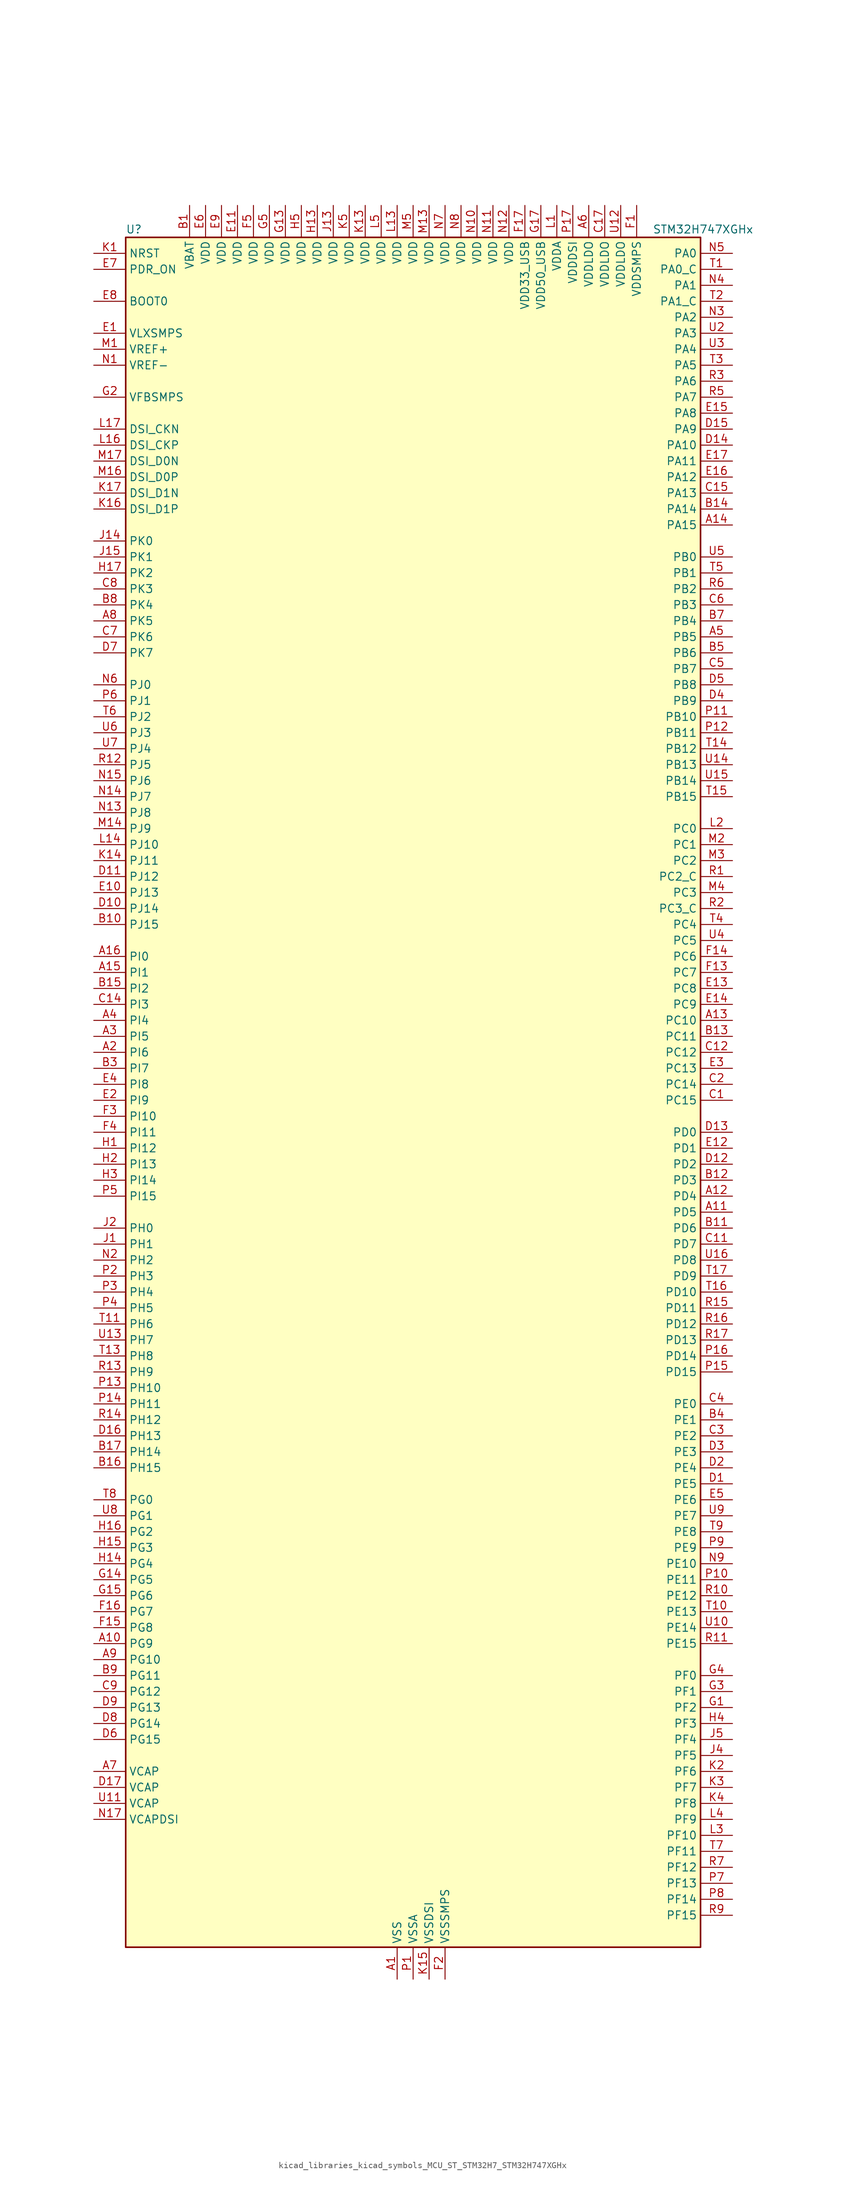
<source format=kicad_sym>
(kicad_symbol_lib
  (version 20220914)
  (generator kicad_symbol_editor)
  (symbol "kicad_libraries_kicad_symbols_MCU_ST_STM32H7_STM32H747XGHx"
    (property "Reference" "U"
      (at -45.72 138.43 0)
      (effects (font (size 1.27 1.27)) (justify left)))
    (property "Value" "STM32H747XGHx"
      (at 38.1 138.43 0)
      (effects (font (size 1.27 1.27)) (justify left)))
    (property "ki_locked" ""
      (at 0 0 0)
      (effects (font (size 1.27 1.27))))
    (symbol "kicad_libraries_kicad_symbols_MCU_ST_STM32H7_STM32H747XGHx_0_1"
      (rectangle (start -45.72 -134.62) (end 45.72 137.16) (stroke (width 0.254) (type default)) (fill (type background))))
    (symbol "kicad_libraries_kicad_symbols_MCU_ST_STM32H7_STM32H747XGHx_1_1"
      (pin power_in line (at -2.54 -139.7 90) (length 5.08) (name "VSS" (effects (font (size 1.27 1.27)))) (number "A1" (effects (font (size 1.27 1.27)))))
      (pin bidirectional line (at -50.8 -86.36 0) (length 5.08) (name "PG9" (effects (font (size 1.27 1.27)))) (number "A10" (effects (font (size 1.27 1.27)))) (alternate "DAC1_EXTI9" bidirectional line) (alternate "DCMI_VSYNC" bidirectional line) (alternate "FMC_NCE" bidirectional line) (alternate "FMC_NE2" bidirectional line) (alternate "I2S1_SDI" bidirectional line) (alternate "QUADSPI_BK2_IO2" bidirectional line) (alternate "SAI2_FS_B" bidirectional line) (alternate "SPDIFRX1_IN3" bidirectional line) (alternate "SPI1_MISO" bidirectional line) (alternate "USART6_RX" bidirectional line))
      (pin bidirectional line (at 50.8 -17.78 180) (length 5.08) (name "PD5" (effects (font (size 1.27 1.27)))) (number "A11" (effects (font (size 1.27 1.27)))) (alternate "FMC_NWE" bidirectional line) (alternate "HRTIM_EEV3" bidirectional line) (alternate "USART2_TX" bidirectional line))
      (pin bidirectional line (at 50.8 -15.24 180) (length 5.08) (name "PD4" (effects (font (size 1.27 1.27)))) (number "A12" (effects (font (size 1.27 1.27)))) (alternate "FMC_NOE" bidirectional line) (alternate "HRTIM_FLT3" bidirectional line) (alternate "SAI3_FS_A" bidirectional line) (alternate "USART2_DE" bidirectional line) (alternate "USART2_RTS" bidirectional line))
      (pin bidirectional line (at 50.8 12.7 180) (length 5.08) (name "PC10" (effects (font (size 1.27 1.27)))) (number "A13" (effects (font (size 1.27 1.27)))) (alternate "DCMI_D8" bidirectional line) (alternate "DFSDM1_CKIN5" bidirectional line) (alternate "HRTIM_EEV1" bidirectional line) (alternate "I2S3_CK" bidirectional line) (alternate "LTDC_R2" bidirectional line) (alternate "QUADSPI_BK1_IO1" bidirectional line) (alternate "SDMMC1_D2" bidirectional line) (alternate "SPI3_SCK" bidirectional line) (alternate "UART4_TX" bidirectional line) (alternate "USART3_TX" bidirectional line))
      (pin bidirectional line (at 50.8 91.44 180) (length 5.08) (name "PA15" (effects (font (size 1.27 1.27)))) (number "A14" (effects (font (size 1.27 1.27)))) (alternate "ADC1_EXTI15" bidirectional line) (alternate "ADC2_EXTI15" bidirectional line) (alternate "ADC3_EXTI15" bidirectional line) (alternate "CEC" bidirectional line) (alternate "DEBUG_JTDI" bidirectional line) (alternate "DSIHOST_TE" bidirectional line) (alternate "HRTIM_FLT1" bidirectional line) (alternate "I2S1_WS" bidirectional line) (alternate "I2S3_WS" bidirectional line) (alternate "SPI1_NSS" bidirectional line) (alternate "SPI3_NSS" bidirectional line) (alternate "SPI6_NSS" bidirectional line) (alternate "TIM2_CH1" bidirectional line) (alternate "TIM2_ETR" bidirectional line) (alternate "UART4_DE" bidirectional line) (alternate "UART4_RTS" bidirectional line) (alternate "UART7_TX" bidirectional line))
      (pin bidirectional line (at -50.8 20.32 0) (length 5.08) (name "PI1" (effects (font (size 1.27 1.27)))) (number "A15" (effects (font (size 1.27 1.27)))) (alternate "DCMI_D8" bidirectional line) (alternate "FMC_D25" bidirectional line) (alternate "I2S2_CK" bidirectional line) (alternate "LTDC_G6" bidirectional line) (alternate "SPI2_SCK" bidirectional line) (alternate "TIM8_BKIN2" bidirectional line) (alternate "TIM8_BKIN2_COMP1" bidirectional line) (alternate "TIM8_BKIN2_COMP2" bidirectional line))
      (pin bidirectional line (at -50.8 22.86 0) (length 5.08) (name "PI0" (effects (font (size 1.27 1.27)))) (number "A16" (effects (font (size 1.27 1.27)))) (alternate "DCMI_D13" bidirectional line) (alternate "FMC_D24" bidirectional line) (alternate "I2S2_WS" bidirectional line) (alternate "LTDC_G5" bidirectional line) (alternate "SPI2_NSS" bidirectional line) (alternate "TIM5_CH4" bidirectional line))
      (pin passive line (at -2.54 -139.7 90) (length 5.08) hide (name "VSS" (effects (font (size 1.27 1.27)))) (number "A17" (effects (font (size 1.27 1.27)))))
      (pin bidirectional line (at -50.8 7.62 0) (length 5.08) (name "PI6" (effects (font (size 1.27 1.27)))) (number "A2" (effects (font (size 1.27 1.27)))) (alternate "DCMI_D6" bidirectional line) (alternate "FMC_D28" bidirectional line) (alternate "LTDC_B6" bidirectional line) (alternate "SAI2_SD_A" bidirectional line) (alternate "TIM8_CH2" bidirectional line))
      (pin bidirectional line (at -50.8 10.16 0) (length 5.08) (name "PI5" (effects (font (size 1.27 1.27)))) (number "A3" (effects (font (size 1.27 1.27)))) (alternate "DCMI_VSYNC" bidirectional line) (alternate "FMC_NBL3" bidirectional line) (alternate "LTDC_B5" bidirectional line) (alternate "SAI2_SCK_A" bidirectional line) (alternate "TIM8_CH1" bidirectional line))
      (pin bidirectional line (at -50.8 12.7 0) (length 5.08) (name "PI4" (effects (font (size 1.27 1.27)))) (number "A4" (effects (font (size 1.27 1.27)))) (alternate "DCMI_D5" bidirectional line) (alternate "FMC_NBL2" bidirectional line) (alternate "LTDC_B4" bidirectional line) (alternate "SAI2_MCLK_A" bidirectional line) (alternate "TIM8_BKIN" bidirectional line) (alternate "TIM8_BKIN_COMP1" bidirectional line) (alternate "TIM8_BKIN_COMP2" bidirectional line))
      (pin bidirectional line (at 50.8 73.66 180) (length 5.08) (name "PB5" (effects (font (size 1.27 1.27)))) (number "A5" (effects (font (size 1.27 1.27)))) (alternate "DCMI_D10" bidirectional line) (alternate "ETH_PPS_OUT" bidirectional line) (alternate "FDCAN2_RX" bidirectional line) (alternate "FMC_SDCKE1" bidirectional line) (alternate "HRTIM_EEV7" bidirectional line) (alternate "I2C1_SMBA" bidirectional line) (alternate "I2C4_SMBA" bidirectional line) (alternate "I2S1_SDO" bidirectional line) (alternate "I2S3_SDO" bidirectional line) (alternate "SPI1_MOSI" bidirectional line) (alternate "SPI3_MOSI" bidirectional line) (alternate "SPI6_MOSI" bidirectional line) (alternate "TIM17_BKIN" bidirectional line) (alternate "TIM3_CH2" bidirectional line) (alternate "UART5_RX" bidirectional line) (alternate "USB_OTG_HS_ULPI_D7" bidirectional line))
      (pin power_in line (at 27.94 142.24 270) (length 5.08) (name "VDDLDO" (effects (font (size 1.27 1.27)))) (number "A6" (effects (font (size 1.27 1.27)))))
      (pin power_out line (at -50.8 -106.68 0) (length 5.08) (name "VCAP" (effects (font (size 1.27 1.27)))) (number "A7" (effects (font (size 1.27 1.27)))))
      (pin bidirectional line (at -50.8 76.2 0) (length 5.08) (name "PK5" (effects (font (size 1.27 1.27)))) (number "A8" (effects (font (size 1.27 1.27)))) (alternate "LTDC_B6" bidirectional line))
      (pin bidirectional line (at -50.8 -88.9 0) (length 5.08) (name "PG10" (effects (font (size 1.27 1.27)))) (number "A9" (effects (font (size 1.27 1.27)))) (alternate "DCMI_D2" bidirectional line) (alternate "FMC_NE3" bidirectional line) (alternate "HRTIM_FLT5" bidirectional line) (alternate "I2S1_WS" bidirectional line) (alternate "LTDC_B2" bidirectional line) (alternate "LTDC_G3" bidirectional line) (alternate "SAI2_SD_B" bidirectional line) (alternate "SPI1_NSS" bidirectional line))
      (pin power_in line (at -35.56 142.24 270) (length 5.08) (name "VBAT" (effects (font (size 1.27 1.27)))) (number "B1" (effects (font (size 1.27 1.27)))))
      (pin bidirectional line (at -50.8 27.94 0) (length 5.08) (name "PJ15" (effects (font (size 1.27 1.27)))) (number "B10" (effects (font (size 1.27 1.27)))) (alternate "ADC1_EXTI15" bidirectional line) (alternate "ADC2_EXTI15" bidirectional line) (alternate "ADC3_EXTI15" bidirectional line) (alternate "LTDC_B3" bidirectional line))
      (pin bidirectional line (at 50.8 -20.32 180) (length 5.08) (name "PD6" (effects (font (size 1.27 1.27)))) (number "B11" (effects (font (size 1.27 1.27)))) (alternate "DCMI_D10" bidirectional line) (alternate "DFSDM1_CKIN4" bidirectional line) (alternate "DFSDM1_DATIN1" bidirectional line) (alternate "FMC_NWAIT" bidirectional line) (alternate "I2S3_SDO" bidirectional line) (alternate "LTDC_B2" bidirectional line) (alternate "SAI1_D1" bidirectional line) (alternate "SAI1_SD_A" bidirectional line) (alternate "SAI4_D1" bidirectional line) (alternate "SAI4_SD_A" bidirectional line) (alternate "SDMMC2_CK" bidirectional line) (alternate "SPI3_MOSI" bidirectional line) (alternate "USART2_RX" bidirectional line))
      (pin bidirectional line (at 50.8 -12.7 180) (length 5.08) (name "PD3" (effects (font (size 1.27 1.27)))) (number "B12" (effects (font (size 1.27 1.27)))) (alternate "DCMI_D5" bidirectional line) (alternate "DFSDM1_CKOUT" bidirectional line) (alternate "FMC_CLK" bidirectional line) (alternate "I2S2_CK" bidirectional line) (alternate "LTDC_G7" bidirectional line) (alternate "SPI2_SCK" bidirectional line) (alternate "USART2_CTS" bidirectional line) (alternate "USART2_NSS" bidirectional line))
      (pin bidirectional line (at 50.8 10.16 180) (length 5.08) (name "PC11" (effects (font (size 1.27 1.27)))) (number "B13" (effects (font (size 1.27 1.27)))) (alternate "ADC1_EXTI11" bidirectional line) (alternate "ADC2_EXTI11" bidirectional line) (alternate "ADC3_EXTI11" bidirectional line) (alternate "DCMI_D4" bidirectional line) (alternate "DFSDM1_DATIN5" bidirectional line) (alternate "HRTIM_FLT2" bidirectional line) (alternate "I2S3_SDI" bidirectional line) (alternate "QUADSPI_BK2_NCS" bidirectional line) (alternate "SDMMC1_D3" bidirectional line) (alternate "SPI3_MISO" bidirectional line) (alternate "UART4_RX" bidirectional line) (alternate "USART3_RX" bidirectional line))
      (pin bidirectional line (at 50.8 93.98 180) (length 5.08) (name "PA14" (effects (font (size 1.27 1.27)))) (number "B14" (effects (font (size 1.27 1.27)))) (alternate "DEBUG_JTCK-SWCLK" bidirectional line))
      (pin bidirectional line (at -50.8 17.78 0) (length 5.08) (name "PI2" (effects (font (size 1.27 1.27)))) (number "B15" (effects (font (size 1.27 1.27)))) (alternate "DCMI_D9" bidirectional line) (alternate "FMC_D26" bidirectional line) (alternate "I2S2_SDI" bidirectional line) (alternate "LTDC_G7" bidirectional line) (alternate "SPI2_MISO" bidirectional line) (alternate "TIM8_CH4" bidirectional line))
      (pin bidirectional line (at -50.8 -58.42 0) (length 5.08) (name "PH15" (effects (font (size 1.27 1.27)))) (number "B16" (effects (font (size 1.27 1.27)))) (alternate "ADC1_EXTI15" bidirectional line) (alternate "ADC2_EXTI15" bidirectional line) (alternate "ADC3_EXTI15" bidirectional line) (alternate "DCMI_D11" bidirectional line) (alternate "FMC_D23" bidirectional line) (alternate "LTDC_G4" bidirectional line) (alternate "TIM8_CH3N" bidirectional line))
      (pin bidirectional line (at -50.8 -55.88 0) (length 5.08) (name "PH14" (effects (font (size 1.27 1.27)))) (number "B17" (effects (font (size 1.27 1.27)))) (alternate "DCMI_D4" bidirectional line) (alternate "FDCAN1_RX" bidirectional line) (alternate "FMC_D22" bidirectional line) (alternate "LTDC_G3" bidirectional line) (alternate "TIM8_CH2N" bidirectional line) (alternate "UART4_RX" bidirectional line))
      (pin passive line (at -2.54 -139.7 90) (length 5.08) hide (name "VSS" (effects (font (size 1.27 1.27)))) (number "B2" (effects (font (size 1.27 1.27)))))
      (pin bidirectional line (at -50.8 5.08 0) (length 5.08) (name "PI7" (effects (font (size 1.27 1.27)))) (number "B3" (effects (font (size 1.27 1.27)))) (alternate "DCMI_D7" bidirectional line) (alternate "FMC_D29" bidirectional line) (alternate "LTDC_B7" bidirectional line) (alternate "SAI2_FS_A" bidirectional line) (alternate "TIM8_CH3" bidirectional line))
      (pin bidirectional line (at 50.8 -50.8 180) (length 5.08) (name "PE1" (effects (font (size 1.27 1.27)))) (number "B4" (effects (font (size 1.27 1.27)))) (alternate "DCMI_D3" bidirectional line) (alternate "FMC_NBL1" bidirectional line) (alternate "HRTIM_SCOUT" bidirectional line) (alternate "LPTIM1_IN2" bidirectional line) (alternate "UART8_TX" bidirectional line))
      (pin bidirectional line (at 50.8 71.12 180) (length 5.08) (name "PB6" (effects (font (size 1.27 1.27)))) (number "B5" (effects (font (size 1.27 1.27)))) (alternate "CEC" bidirectional line) (alternate "DCMI_D5" bidirectional line) (alternate "DFSDM1_DATIN5" bidirectional line) (alternate "FDCAN2_TX" bidirectional line) (alternate "FMC_SDNE1" bidirectional line) (alternate "HRTIM_EEV8" bidirectional line) (alternate "I2C1_SCL" bidirectional line) (alternate "I2C4_SCL" bidirectional line) (alternate "LPUART1_TX" bidirectional line) (alternate "QUADSPI_BK1_NCS" bidirectional line) (alternate "TIM16_CH1N" bidirectional line) (alternate "TIM4_CH1" bidirectional line) (alternate "UART5_TX" bidirectional line) (alternate "USART1_TX" bidirectional line))
      (pin passive line (at -2.54 -139.7 90) (length 5.08) hide (name "VSS" (effects (font (size 1.27 1.27)))) (number "B6" (effects (font (size 1.27 1.27)))))
      (pin bidirectional line (at 50.8 76.2 180) (length 5.08) (name "PB4" (effects (font (size 1.27 1.27)))) (number "B7" (effects (font (size 1.27 1.27)))) (alternate "DEBUG_JTRST" bidirectional line) (alternate "HRTIM_EEV6" bidirectional line) (alternate "I2S1_SDI" bidirectional line) (alternate "I2S2_WS" bidirectional line) (alternate "I2S3_SDI" bidirectional line) (alternate "SDMMC2_D3" bidirectional line) (alternate "SPI1_MISO" bidirectional line) (alternate "SPI2_NSS" bidirectional line) (alternate "SPI3_MISO" bidirectional line) (alternate "SPI6_MISO" bidirectional line) (alternate "TIM16_BKIN" bidirectional line) (alternate "TIM3_CH1" bidirectional line) (alternate "UART7_TX" bidirectional line))
      (pin bidirectional line (at -50.8 78.74 0) (length 5.08) (name "PK4" (effects (font (size 1.27 1.27)))) (number "B8" (effects (font (size 1.27 1.27)))) (alternate "LTDC_B5" bidirectional line))
      (pin bidirectional line (at -50.8 -91.44 0) (length 5.08) (name "PG11" (effects (font (size 1.27 1.27)))) (number "B9" (effects (font (size 1.27 1.27)))) (alternate "ADC1_EXTI11" bidirectional line) (alternate "ADC2_EXTI11" bidirectional line) (alternate "ADC3_EXTI11" bidirectional line) (alternate "DCMI_D3" bidirectional line) (alternate "ETH_TX_EN" bidirectional line) (alternate "HRTIM_EEV4" bidirectional line) (alternate "I2S1_CK" bidirectional line) (alternate "LPTIM1_IN2" bidirectional line) (alternate "LTDC_B3" bidirectional line) (alternate "SDMMC2_D2" bidirectional line) (alternate "SPDIFRX1_IN0" bidirectional line) (alternate "SPI1_SCK" bidirectional line))
      (pin bidirectional line (at 50.8 0 180) (length 5.08) (name "PC15" (effects (font (size 1.27 1.27)))) (number "C1" (effects (font (size 1.27 1.27)))) (alternate "ADC1_EXTI15" bidirectional line) (alternate "ADC2_EXTI15" bidirectional line) (alternate "ADC3_EXTI15" bidirectional line) (alternate "RCC_OSC32_OUT" bidirectional line))
      (pin passive line (at -2.54 -139.7 90) (length 5.08) hide (name "VSS" (effects (font (size 1.27 1.27)))) (number "C10" (effects (font (size 1.27 1.27)))))
      (pin bidirectional line (at 50.8 -22.86 180) (length 5.08) (name "PD7" (effects (font (size 1.27 1.27)))) (number "C11" (effects (font (size 1.27 1.27)))) (alternate "DFSDM1_CKIN1" bidirectional line) (alternate "DFSDM1_DATIN4" bidirectional line) (alternate "FMC_NE1" bidirectional line) (alternate "I2S1_SDO" bidirectional line) (alternate "SDMMC2_CMD" bidirectional line) (alternate "SPDIFRX1_IN0" bidirectional line) (alternate "SPI1_MOSI" bidirectional line) (alternate "USART2_CK" bidirectional line))
      (pin bidirectional line (at 50.8 7.62 180) (length 5.08) (name "PC12" (effects (font (size 1.27 1.27)))) (number "C12" (effects (font (size 1.27 1.27)))) (alternate "DCMI_D9" bidirectional line) (alternate "DEBUG_TRACED3" bidirectional line) (alternate "HRTIM_EEV2" bidirectional line) (alternate "I2S3_SDO" bidirectional line) (alternate "SDMMC1_CK" bidirectional line) (alternate "SPI3_MOSI" bidirectional line) (alternate "UART5_TX" bidirectional line) (alternate "USART3_CK" bidirectional line))
      (pin passive line (at -2.54 -139.7 90) (length 5.08) hide (name "VSS" (effects (font (size 1.27 1.27)))) (number "C13" (effects (font (size 1.27 1.27)))))
      (pin bidirectional line (at -50.8 15.24 0) (length 5.08) (name "PI3" (effects (font (size 1.27 1.27)))) (number "C14" (effects (font (size 1.27 1.27)))) (alternate "DCMI_D10" bidirectional line) (alternate "FMC_D27" bidirectional line) (alternate "I2S2_SDO" bidirectional line) (alternate "SPI2_MOSI" bidirectional line) (alternate "TIM8_ETR" bidirectional line))
      (pin bidirectional line (at 50.8 96.52 180) (length 5.08) (name "PA13" (effects (font (size 1.27 1.27)))) (number "C15" (effects (font (size 1.27 1.27)))) (alternate "DEBUG_JTMS-SWDIO" bidirectional line))
      (pin passive line (at -2.54 -139.7 90) (length 5.08) hide (name "VSS" (effects (font (size 1.27 1.27)))) (number "C16" (effects (font (size 1.27 1.27)))))
      (pin power_in line (at 30.48 142.24 270) (length 5.08) (name "VDDLDO" (effects (font (size 1.27 1.27)))) (number "C17" (effects (font (size 1.27 1.27)))))
      (pin bidirectional line (at 50.8 2.54 180) (length 5.08) (name "PC14" (effects (font (size 1.27 1.27)))) (number "C2" (effects (font (size 1.27 1.27)))) (alternate "RCC_OSC32_IN" bidirectional line))
      (pin bidirectional line (at 50.8 -53.34 180) (length 5.08) (name "PE2" (effects (font (size 1.27 1.27)))) (number "C3" (effects (font (size 1.27 1.27)))) (alternate "DEBUG_TRACECLK" bidirectional line) (alternate "ETH_TXD3" bidirectional line) (alternate "FMC_A23" bidirectional line) (alternate "QUADSPI_BK1_IO2" bidirectional line) (alternate "SAI1_CK1" bidirectional line) (alternate "SAI1_MCLK_A" bidirectional line) (alternate "SAI4_CK1" bidirectional line) (alternate "SAI4_MCLK_A" bidirectional line) (alternate "SPI4_SCK" bidirectional line))
      (pin bidirectional line (at 50.8 -48.26 180) (length 5.08) (name "PE0" (effects (font (size 1.27 1.27)))) (number "C4" (effects (font (size 1.27 1.27)))) (alternate "DCMI_D2" bidirectional line) (alternate "FMC_NBL0" bidirectional line) (alternate "HRTIM_SCIN" bidirectional line) (alternate "LPTIM1_ETR" bidirectional line) (alternate "LPTIM2_ETR" bidirectional line) (alternate "SAI2_MCLK_A" bidirectional line) (alternate "TIM4_ETR" bidirectional line) (alternate "UART8_RX" bidirectional line))
      (pin bidirectional line (at 50.8 68.58 180) (length 5.08) (name "PB7" (effects (font (size 1.27 1.27)))) (number "C5" (effects (font (size 1.27 1.27)))) (alternate "DCMI_VSYNC" bidirectional line) (alternate "DFSDM1_CKIN5" bidirectional line) (alternate "FMC_NL" bidirectional line) (alternate "HRTIM_EEV9" bidirectional line) (alternate "I2C1_SDA" bidirectional line) (alternate "I2C4_SDA" bidirectional line) (alternate "LPUART1_RX" bidirectional line) (alternate "PWR_PVD_IN" bidirectional line) (alternate "TIM17_CH1N" bidirectional line) (alternate "TIM4_CH2" bidirectional line) (alternate "USART1_RX" bidirectional line))
      (pin bidirectional line (at 50.8 78.74 180) (length 5.08) (name "PB3" (effects (font (size 1.27 1.27)))) (number "C6" (effects (font (size 1.27 1.27)))) (alternate "CRS_SYNC" bidirectional line) (alternate "DEBUG_JTDO-SWO" bidirectional line) (alternate "HRTIM_FLT4" bidirectional line) (alternate "I2S1_CK" bidirectional line) (alternate "I2S3_CK" bidirectional line) (alternate "SDMMC2_D2" bidirectional line) (alternate "SPI1_SCK" bidirectional line) (alternate "SPI3_SCK" bidirectional line) (alternate "SPI6_SCK" bidirectional line) (alternate "TIM2_CH2" bidirectional line) (alternate "UART7_RX" bidirectional line))
      (pin bidirectional line (at -50.8 73.66 0) (length 5.08) (name "PK6" (effects (font (size 1.27 1.27)))) (number "C7" (effects (font (size 1.27 1.27)))) (alternate "LTDC_B7" bidirectional line))
      (pin bidirectional line (at -50.8 81.28 0) (length 5.08) (name "PK3" (effects (font (size 1.27 1.27)))) (number "C8" (effects (font (size 1.27 1.27)))) (alternate "LTDC_B4" bidirectional line))
      (pin bidirectional line (at -50.8 -93.98 0) (length 5.08) (name "PG12" (effects (font (size 1.27 1.27)))) (number "C9" (effects (font (size 1.27 1.27)))) (alternate "ETH_TXD1" bidirectional line) (alternate "FMC_NE4" bidirectional line) (alternate "HRTIM_EEV5" bidirectional line) (alternate "LPTIM1_IN1" bidirectional line) (alternate "LTDC_B1" bidirectional line) (alternate "LTDC_B4" bidirectional line) (alternate "SPDIFRX1_IN1" bidirectional line) (alternate "SPI6_MISO" bidirectional line) (alternate "USART6_DE" bidirectional line) (alternate "USART6_RTS" bidirectional line))
      (pin bidirectional line (at 50.8 -60.96 180) (length 5.08) (name "PE5" (effects (font (size 1.27 1.27)))) (number "D1" (effects (font (size 1.27 1.27)))) (alternate "DCMI_D6" bidirectional line) (alternate "DEBUG_TRACED2" bidirectional line) (alternate "DFSDM1_CKIN3" bidirectional line) (alternate "FMC_A21" bidirectional line) (alternate "LTDC_G0" bidirectional line) (alternate "SAI1_CK2" bidirectional line) (alternate "SAI1_SCK_A" bidirectional line) (alternate "SAI4_CK2" bidirectional line) (alternate "SAI4_SCK_A" bidirectional line) (alternate "SPI4_MISO" bidirectional line) (alternate "TIM15_CH1" bidirectional line))
      (pin bidirectional line (at -50.8 30.48 0) (length 5.08) (name "PJ14" (effects (font (size 1.27 1.27)))) (number "D10" (effects (font (size 1.27 1.27)))) (alternate "LTDC_B2" bidirectional line))
      (pin bidirectional line (at -50.8 35.56 0) (length 5.08) (name "PJ12" (effects (font (size 1.27 1.27)))) (number "D11" (effects (font (size 1.27 1.27)))) (alternate "DEBUG_TRGOUT" bidirectional line) (alternate "LTDC_B0" bidirectional line) (alternate "LTDC_G3" bidirectional line))
      (pin bidirectional line (at 50.8 -10.16 180) (length 5.08) (name "PD2" (effects (font (size 1.27 1.27)))) (number "D12" (effects (font (size 1.27 1.27)))) (alternate "DCMI_D11" bidirectional line) (alternate "DEBUG_TRACED2" bidirectional line) (alternate "SDMMC1_CMD" bidirectional line) (alternate "TIM3_ETR" bidirectional line) (alternate "UART5_RX" bidirectional line))
      (pin bidirectional line (at 50.8 -5.08 180) (length 5.08) (name "PD0" (effects (font (size 1.27 1.27)))) (number "D13" (effects (font (size 1.27 1.27)))) (alternate "DFSDM1_CKIN6" bidirectional line) (alternate "FDCAN1_RX" bidirectional line) (alternate "FMC_D2" bidirectional line) (alternate "FMC_DA2" bidirectional line) (alternate "SAI3_SCK_A" bidirectional line) (alternate "UART4_RX" bidirectional line))
      (pin bidirectional line (at 50.8 104.14 180) (length 5.08) (name "PA10" (effects (font (size 1.27 1.27)))) (number "D14" (effects (font (size 1.27 1.27)))) (alternate "DCMI_D1" bidirectional line) (alternate "HRTIM_CHC2" bidirectional line) (alternate "LPUART1_RX" bidirectional line) (alternate "LTDC_B1" bidirectional line) (alternate "LTDC_B4" bidirectional line) (alternate "MDIOS_MDIO" bidirectional line) (alternate "TIM1_CH3" bidirectional line) (alternate "USART1_RX" bidirectional line) (alternate "USB_OTG_FS_ID" bidirectional line))
      (pin bidirectional line (at 50.8 106.68 180) (length 5.08) (name "PA9" (effects (font (size 1.27 1.27)))) (number "D15" (effects (font (size 1.27 1.27)))) (alternate "DAC1_EXTI9" bidirectional line) (alternate "DCMI_D0" bidirectional line) (alternate "HRTIM_CHC1" bidirectional line) (alternate "I2C3_SMBA" bidirectional line) (alternate "I2S2_CK" bidirectional line) (alternate "LPUART1_TX" bidirectional line) (alternate "LTDC_R5" bidirectional line) (alternate "SPI2_SCK" bidirectional line) (alternate "TIM1_CH2" bidirectional line) (alternate "USART1_TX" bidirectional line) (alternate "USB_OTG_FS_VBUS" bidirectional line))
      (pin bidirectional line (at -50.8 -53.34 0) (length 5.08) (name "PH13" (effects (font (size 1.27 1.27)))) (number "D16" (effects (font (size 1.27 1.27)))) (alternate "FDCAN1_TX" bidirectional line) (alternate "FMC_D21" bidirectional line) (alternate "LTDC_G2" bidirectional line) (alternate "TIM8_CH1N" bidirectional line) (alternate "UART4_TX" bidirectional line))
      (pin power_out line (at -50.8 -109.22 0) (length 5.08) (name "VCAP" (effects (font (size 1.27 1.27)))) (number "D17" (effects (font (size 1.27 1.27)))))
      (pin bidirectional line (at 50.8 -58.42 180) (length 5.08) (name "PE4" (effects (font (size 1.27 1.27)))) (number "D2" (effects (font (size 1.27 1.27)))) (alternate "DCMI_D4" bidirectional line) (alternate "DEBUG_TRACED1" bidirectional line) (alternate "DFSDM1_DATIN3" bidirectional line) (alternate "FMC_A20" bidirectional line) (alternate "LTDC_B0" bidirectional line) (alternate "SAI1_D2" bidirectional line) (alternate "SAI1_FS_A" bidirectional line) (alternate "SAI4_D2" bidirectional line) (alternate "SAI4_FS_A" bidirectional line) (alternate "SPI4_NSS" bidirectional line) (alternate "TIM15_CH1N" bidirectional line))
      (pin bidirectional line (at 50.8 -55.88 180) (length 5.08) (name "PE3" (effects (font (size 1.27 1.27)))) (number "D3" (effects (font (size 1.27 1.27)))) (alternate "DEBUG_TRACED0" bidirectional line) (alternate "FMC_A19" bidirectional line) (alternate "SAI1_SD_B" bidirectional line) (alternate "SAI4_SD_B" bidirectional line) (alternate "TIM15_BKIN" bidirectional line))
      (pin bidirectional line (at 50.8 63.5 180) (length 5.08) (name "PB9" (effects (font (size 1.27 1.27)))) (number "D4" (effects (font (size 1.27 1.27)))) (alternate "DAC1_EXTI9" bidirectional line) (alternate "DCMI_D7" bidirectional line) (alternate "DFSDM1_DATIN7" bidirectional line) (alternate "FDCAN1_TX" bidirectional line) (alternate "I2C1_SDA" bidirectional line) (alternate "I2C4_SDA" bidirectional line) (alternate "I2C4_SMBA" bidirectional line) (alternate "I2S2_WS" bidirectional line) (alternate "LTDC_B7" bidirectional line) (alternate "SDMMC1_CDIR" bidirectional line) (alternate "SDMMC1_D5" bidirectional line) (alternate "SDMMC2_D5" bidirectional line) (alternate "SPI2_NSS" bidirectional line) (alternate "TIM17_CH1" bidirectional line) (alternate "TIM4_CH4" bidirectional line) (alternate "UART4_TX" bidirectional line))
      (pin bidirectional line (at 50.8 66.04 180) (length 5.08) (name "PB8" (effects (font (size 1.27 1.27)))) (number "D5" (effects (font (size 1.27 1.27)))) (alternate "DCMI_D6" bidirectional line) (alternate "DFSDM1_CKIN7" bidirectional line) (alternate "ETH_TXD3" bidirectional line) (alternate "FDCAN1_RX" bidirectional line) (alternate "I2C1_SCL" bidirectional line) (alternate "I2C4_SCL" bidirectional line) (alternate "LTDC_B6" bidirectional line) (alternate "SDMMC1_CKIN" bidirectional line) (alternate "SDMMC1_D4" bidirectional line) (alternate "SDMMC2_D4" bidirectional line) (alternate "TIM16_CH1" bidirectional line) (alternate "TIM4_CH3" bidirectional line) (alternate "UART4_RX" bidirectional line))
      (pin bidirectional line (at -50.8 -101.6 0) (length 5.08) (name "PG15" (effects (font (size 1.27 1.27)))) (number "D6" (effects (font (size 1.27 1.27)))) (alternate "ADC1_EXTI15" bidirectional line) (alternate "ADC2_EXTI15" bidirectional line) (alternate "ADC3_EXTI15" bidirectional line) (alternate "DCMI_D13" bidirectional line) (alternate "FMC_SDNCAS" bidirectional line) (alternate "USART6_CTS" bidirectional line) (alternate "USART6_NSS" bidirectional line))
      (pin bidirectional line (at -50.8 71.12 0) (length 5.08) (name "PK7" (effects (font (size 1.27 1.27)))) (number "D7" (effects (font (size 1.27 1.27)))) (alternate "LTDC_DE" bidirectional line))
      (pin bidirectional line (at -50.8 -99.06 0) (length 5.08) (name "PG14" (effects (font (size 1.27 1.27)))) (number "D8" (effects (font (size 1.27 1.27)))) (alternate "DEBUG_TRACED1" bidirectional line) (alternate "ETH_TXD1" bidirectional line) (alternate "FMC_A25" bidirectional line) (alternate "LPTIM1_ETR" bidirectional line) (alternate "LTDC_B0" bidirectional line) (alternate "QUADSPI_BK2_IO3" bidirectional line) (alternate "SPI6_MOSI" bidirectional line) (alternate "USART6_TX" bidirectional line))
      (pin bidirectional line (at -50.8 -96.52 0) (length 5.08) (name "PG13" (effects (font (size 1.27 1.27)))) (number "D9" (effects (font (size 1.27 1.27)))) (alternate "DEBUG_TRACED0" bidirectional line) (alternate "ETH_TXD0" bidirectional line) (alternate "FMC_A24" bidirectional line) (alternate "HRTIM_EEV10" bidirectional line) (alternate "LPTIM1_OUT" bidirectional line) (alternate "LTDC_R0" bidirectional line) (alternate "SPI6_SCK" bidirectional line) (alternate "USART6_CTS" bidirectional line) (alternate "USART6_NSS" bidirectional line))
      (pin power_in line (at -50.8 121.92 0) (length 5.08) (name "VLXSMPS" (effects (font (size 1.27 1.27)))) (number "E1" (effects (font (size 1.27 1.27)))))
      (pin bidirectional line (at -50.8 33.02 0) (length 5.08) (name "PJ13" (effects (font (size 1.27 1.27)))) (number "E10" (effects (font (size 1.27 1.27)))) (alternate "LTDC_B1" bidirectional line) (alternate "LTDC_B4" bidirectional line))
      (pin power_in line (at -27.94 142.24 270) (length 5.08) (name "VDD" (effects (font (size 1.27 1.27)))) (number "E11" (effects (font (size 1.27 1.27)))))
      (pin bidirectional line (at 50.8 -7.62 180) (length 5.08) (name "PD1" (effects (font (size 1.27 1.27)))) (number "E12" (effects (font (size 1.27 1.27)))) (alternate "DFSDM1_DATIN6" bidirectional line) (alternate "FDCAN1_TX" bidirectional line) (alternate "FMC_D3" bidirectional line) (alternate "FMC_DA3" bidirectional line) (alternate "SAI3_SD_A" bidirectional line) (alternate "UART4_TX" bidirectional line))
      (pin bidirectional line (at 50.8 17.78 180) (length 5.08) (name "PC8" (effects (font (size 1.27 1.27)))) (number "E13" (effects (font (size 1.27 1.27)))) (alternate "DCMI_D2" bidirectional line) (alternate "DEBUG_TRACED1" bidirectional line) (alternate "FMC_NCE" bidirectional line) (alternate "FMC_NE2" bidirectional line) (alternate "HRTIM_CHB1" bidirectional line) (alternate "SDMMC1_D0" bidirectional line) (alternate "SWPMI1_RX" bidirectional line) (alternate "TIM3_CH3" bidirectional line) (alternate "TIM8_CH3" bidirectional line) (alternate "UART5_DE" bidirectional line) (alternate "UART5_RTS" bidirectional line) (alternate "USART6_CK" bidirectional line))
      (pin bidirectional line (at 50.8 15.24 180) (length 5.08) (name "PC9" (effects (font (size 1.27 1.27)))) (number "E14" (effects (font (size 1.27 1.27)))) (alternate "DAC1_EXTI9" bidirectional line) (alternate "DCMI_D3" bidirectional line) (alternate "I2C3_SDA" bidirectional line) (alternate "I2S_CKIN" bidirectional line) (alternate "LTDC_B2" bidirectional line) (alternate "LTDC_G3" bidirectional line) (alternate "QUADSPI_BK1_IO0" bidirectional line) (alternate "RCC_MCO_2" bidirectional line) (alternate "SDMMC1_D1" bidirectional line) (alternate "SWPMI1_SUSPEND" bidirectional line) (alternate "TIM3_CH4" bidirectional line) (alternate "TIM8_CH4" bidirectional line) (alternate "UART5_CTS" bidirectional line))
      (pin bidirectional line (at 50.8 109.22 180) (length 5.08) (name "PA8" (effects (font (size 1.27 1.27)))) (number "E15" (effects (font (size 1.27 1.27)))) (alternate "HRTIM_CHB2" bidirectional line) (alternate "I2C3_SCL" bidirectional line) (alternate "LTDC_B3" bidirectional line) (alternate "LTDC_R6" bidirectional line) (alternate "RCC_MCO_1" bidirectional line) (alternate "TIM1_CH1" bidirectional line) (alternate "TIM8_BKIN2" bidirectional line) (alternate "TIM8_BKIN2_COMP1" bidirectional line) (alternate "TIM8_BKIN2_COMP2" bidirectional line) (alternate "UART7_RX" bidirectional line) (alternate "USART1_CK" bidirectional line) (alternate "USB_OTG_FS_SOF" bidirectional line))
      (pin bidirectional line (at 50.8 99.06 180) (length 5.08) (name "PA12" (effects (font (size 1.27 1.27)))) (number "E16" (effects (font (size 1.27 1.27)))) (alternate "FDCAN1_TX" bidirectional line) (alternate "HRTIM_CHD2" bidirectional line) (alternate "I2S2_CK" bidirectional line) (alternate "LPUART1_DE" bidirectional line) (alternate "LPUART1_RTS" bidirectional line) (alternate "LTDC_R5" bidirectional line) (alternate "SAI2_FS_B" bidirectional line) (alternate "SPI2_SCK" bidirectional line) (alternate "TIM1_ETR" bidirectional line) (alternate "UART4_TX" bidirectional line) (alternate "USART1_DE" bidirectional line) (alternate "USART1_RTS" bidirectional line) (alternate "USB_OTG_FS_DP" bidirectional line))
      (pin bidirectional line (at 50.8 101.6 180) (length 5.08) (name "PA11" (effects (font (size 1.27 1.27)))) (number "E17" (effects (font (size 1.27 1.27)))) (alternate "ADC1_EXTI11" bidirectional line) (alternate "ADC2_EXTI11" bidirectional line) (alternate "ADC3_EXTI11" bidirectional line) (alternate "FDCAN1_RX" bidirectional line) (alternate "HRTIM_CHD1" bidirectional line) (alternate "I2S2_WS" bidirectional line) (alternate "LPUART1_CTS" bidirectional line) (alternate "LTDC_R4" bidirectional line) (alternate "SPI2_NSS" bidirectional line) (alternate "TIM1_CH4" bidirectional line) (alternate "UART4_RX" bidirectional line) (alternate "USART1_CTS" bidirectional line) (alternate "USART1_NSS" bidirectional line) (alternate "USB_OTG_FS_DM" bidirectional line))
      (pin bidirectional line (at -50.8 0 0) (length 5.08) (name "PI9" (effects (font (size 1.27 1.27)))) (number "E2" (effects (font (size 1.27 1.27)))) (alternate "DAC1_EXTI9" bidirectional line) (alternate "FDCAN1_RX" bidirectional line) (alternate "FMC_D30" bidirectional line) (alternate "LTDC_VSYNC" bidirectional line) (alternate "UART4_RX" bidirectional line))
      (pin bidirectional line (at 50.8 5.08 180) (length 5.08) (name "PC13" (effects (font (size 1.27 1.27)))) (number "E3" (effects (font (size 1.27 1.27)))) (alternate "PWR_WKUP2" bidirectional line) (alternate "RTC_OUT_ALARM" bidirectional line) (alternate "RTC_OUT_CALIB" bidirectional line) (alternate "RTC_TAMP1" bidirectional line) (alternate "RTC_TS" bidirectional line))
      (pin bidirectional line (at -50.8 2.54 0) (length 5.08) (name "PI8" (effects (font (size 1.27 1.27)))) (number "E4" (effects (font (size 1.27 1.27)))) (alternate "PWR_WKUP3" bidirectional line) (alternate "RTC_TAMP2" bidirectional line))
      (pin bidirectional line (at 50.8 -63.5 180) (length 5.08) (name "PE6" (effects (font (size 1.27 1.27)))) (number "E5" (effects (font (size 1.27 1.27)))) (alternate "DCMI_D7" bidirectional line) (alternate "DEBUG_TRACED3" bidirectional line) (alternate "FMC_A22" bidirectional line) (alternate "LTDC_G1" bidirectional line) (alternate "SAI1_D1" bidirectional line) (alternate "SAI1_SD_A" bidirectional line) (alternate "SAI2_MCLK_B" bidirectional line) (alternate "SAI4_D1" bidirectional line) (alternate "SAI4_SD_A" bidirectional line) (alternate "SPI4_MOSI" bidirectional line) (alternate "TIM15_CH2" bidirectional line) (alternate "TIM1_BKIN2" bidirectional line) (alternate "TIM1_BKIN2_COMP1" bidirectional line) (alternate "TIM1_BKIN2_COMP2" bidirectional line))
      (pin power_in line (at -33.02 142.24 270) (length 5.08) (name "VDD" (effects (font (size 1.27 1.27)))) (number "E6" (effects (font (size 1.27 1.27)))))
      (pin input line (at -50.8 132.08 0) (length 5.08) (name "PDR_ON" (effects (font (size 1.27 1.27)))) (number "E7" (effects (font (size 1.27 1.27)))))
      (pin input line (at -50.8 127 0) (length 5.08) (name "BOOT0" (effects (font (size 1.27 1.27)))) (number "E8" (effects (font (size 1.27 1.27)))))
      (pin power_in line (at -30.48 142.24 270) (length 5.08) (name "VDD" (effects (font (size 1.27 1.27)))) (number "E9" (effects (font (size 1.27 1.27)))))
      (pin power_in line (at 35.56 142.24 270) (length 5.08) (name "VDDSMPS" (effects (font (size 1.27 1.27)))) (number "F1" (effects (font (size 1.27 1.27)))))
      (pin bidirectional line (at 50.8 20.32 180) (length 5.08) (name "PC7" (effects (font (size 1.27 1.27)))) (number "F13" (effects (font (size 1.27 1.27)))) (alternate "DCMI_D1" bidirectional line) (alternate "DEBUG_TRGIO" bidirectional line) (alternate "DFSDM1_DATIN3" bidirectional line) (alternate "FMC_NE1" bidirectional line) (alternate "HRTIM_CHA2" bidirectional line) (alternate "I2S3_MCK" bidirectional line) (alternate "LTDC_G6" bidirectional line) (alternate "SDMMC1_D123DIR" bidirectional line) (alternate "SDMMC1_D7" bidirectional line) (alternate "SDMMC2_D7" bidirectional line) (alternate "SWPMI1_TX" bidirectional line) (alternate "TIM3_CH2" bidirectional line) (alternate "TIM8_CH2" bidirectional line) (alternate "USART6_RX" bidirectional line))
      (pin bidirectional line (at 50.8 22.86 180) (length 5.08) (name "PC6" (effects (font (size 1.27 1.27)))) (number "F14" (effects (font (size 1.27 1.27)))) (alternate "DCMI_D0" bidirectional line) (alternate "DFSDM1_CKIN3" bidirectional line) (alternate "FMC_NWAIT" bidirectional line) (alternate "HRTIM_CHA1" bidirectional line) (alternate "I2S2_MCK" bidirectional line) (alternate "LTDC_HSYNC" bidirectional line) (alternate "SDMMC1_D0DIR" bidirectional line) (alternate "SDMMC1_D6" bidirectional line) (alternate "SDMMC2_D6" bidirectional line) (alternate "SWPMI1_IO" bidirectional line) (alternate "TIM3_CH1" bidirectional line) (alternate "TIM8_CH1" bidirectional line) (alternate "USART6_TX" bidirectional line))
      (pin bidirectional line (at -50.8 -83.82 0) (length 5.08) (name "PG8" (effects (font (size 1.27 1.27)))) (number "F15" (effects (font (size 1.27 1.27)))) (alternate "ETH_PPS_OUT" bidirectional line) (alternate "FMC_SDCLK" bidirectional line) (alternate "LTDC_G7" bidirectional line) (alternate "SPDIFRX1_IN2" bidirectional line) (alternate "SPI6_NSS" bidirectional line) (alternate "TIM8_ETR" bidirectional line) (alternate "USART6_DE" bidirectional line) (alternate "USART6_RTS" bidirectional line))
      (pin bidirectional line (at -50.8 -81.28 0) (length 5.08) (name "PG7" (effects (font (size 1.27 1.27)))) (number "F16" (effects (font (size 1.27 1.27)))) (alternate "DCMI_D13" bidirectional line) (alternate "FMC_INT" bidirectional line) (alternate "HRTIM_CHE2" bidirectional line) (alternate "LTDC_CLK" bidirectional line) (alternate "SAI1_MCLK_A" bidirectional line) (alternate "USART6_CK" bidirectional line))
      (pin power_in line (at 17.78 142.24 270) (length 5.08) (name "VDD33_USB" (effects (font (size 1.27 1.27)))) (number "F17" (effects (font (size 1.27 1.27)))))
      (pin power_in line (at 5.08 -139.7 90) (length 5.08) (name "VSSSMPS" (effects (font (size 1.27 1.27)))) (number "F2" (effects (font (size 1.27 1.27)))))
      (pin bidirectional line (at -50.8 -2.54 0) (length 5.08) (name "PI10" (effects (font (size 1.27 1.27)))) (number "F3" (effects (font (size 1.27 1.27)))) (alternate "ETH_RX_ER" bidirectional line) (alternate "FMC_D31" bidirectional line) (alternate "LTDC_HSYNC" bidirectional line))
      (pin bidirectional line (at -50.8 -5.08 0) (length 5.08) (name "PI11" (effects (font (size 1.27 1.27)))) (number "F4" (effects (font (size 1.27 1.27)))) (alternate "ADC1_EXTI11" bidirectional line) (alternate "ADC2_EXTI11" bidirectional line) (alternate "ADC3_EXTI11" bidirectional line) (alternate "LTDC_G6" bidirectional line) (alternate "PWR_WKUP4" bidirectional line) (alternate "USB_OTG_HS_ULPI_DIR" bidirectional line))
      (pin power_in line (at -25.4 142.24 270) (length 5.08) (name "VDD" (effects (font (size 1.27 1.27)))) (number "F5" (effects (font (size 1.27 1.27)))))
      (pin bidirectional line (at 50.8 -96.52 180) (length 5.08) (name "PF2" (effects (font (size 1.27 1.27)))) (number "G1" (effects (font (size 1.27 1.27)))) (alternate "FMC_A2" bidirectional line) (alternate "I2C2_SMBA" bidirectional line))
      (pin passive line (at -2.54 -139.7 90) (length 5.08) hide (name "VSS" (effects (font (size 1.27 1.27)))) (number "G10" (effects (font (size 1.27 1.27)))))
      (pin passive line (at -2.54 -139.7 90) (length 5.08) hide (name "VSS" (effects (font (size 1.27 1.27)))) (number "G11" (effects (font (size 1.27 1.27)))))
      (pin power_in line (at -20.32 142.24 270) (length 5.08) (name "VDD" (effects (font (size 1.27 1.27)))) (number "G13" (effects (font (size 1.27 1.27)))))
      (pin bidirectional line (at -50.8 -76.2 0) (length 5.08) (name "PG5" (effects (font (size 1.27 1.27)))) (number "G14" (effects (font (size 1.27 1.27)))) (alternate "FMC_A15" bidirectional line) (alternate "FMC_BA1" bidirectional line) (alternate "TIM1_ETR" bidirectional line))
      (pin bidirectional line (at -50.8 -78.74 0) (length 5.08) (name "PG6" (effects (font (size 1.27 1.27)))) (number "G15" (effects (font (size 1.27 1.27)))) (alternate "DCMI_D12" bidirectional line) (alternate "FMC_NE3" bidirectional line) (alternate "HRTIM_CHE1" bidirectional line) (alternate "LTDC_R7" bidirectional line) (alternate "QUADSPI_BK1_NCS" bidirectional line) (alternate "TIM17_BKIN" bidirectional line))
      (pin passive line (at -2.54 -139.7 90) (length 5.08) hide (name "VSS" (effects (font (size 1.27 1.27)))) (number "G16" (effects (font (size 1.27 1.27)))))
      (pin power_in line (at 20.32 142.24 270) (length 5.08) (name "VDD50_USB" (effects (font (size 1.27 1.27)))) (number "G17" (effects (font (size 1.27 1.27)))))
      (pin input line (at -50.8 111.76 0) (length 5.08) (name "VFBSMPS" (effects (font (size 1.27 1.27)))) (number "G2" (effects (font (size 1.27 1.27)))))
      (pin bidirectional line (at 50.8 -93.98 180) (length 5.08) (name "PF1" (effects (font (size 1.27 1.27)))) (number "G3" (effects (font (size 1.27 1.27)))) (alternate "FMC_A1" bidirectional line) (alternate "I2C2_SCL" bidirectional line))
      (pin bidirectional line (at 50.8 -91.44 180) (length 5.08) (name "PF0" (effects (font (size 1.27 1.27)))) (number "G4" (effects (font (size 1.27 1.27)))) (alternate "FMC_A0" bidirectional line) (alternate "I2C2_SDA" bidirectional line))
      (pin power_in line (at -22.86 142.24 270) (length 5.08) (name "VDD" (effects (font (size 1.27 1.27)))) (number "G5" (effects (font (size 1.27 1.27)))))
      (pin passive line (at -2.54 -139.7 90) (length 5.08) hide (name "VSS" (effects (font (size 1.27 1.27)))) (number "G7" (effects (font (size 1.27 1.27)))))
      (pin passive line (at -2.54 -139.7 90) (length 5.08) hide (name "VSS" (effects (font (size 1.27 1.27)))) (number "G8" (effects (font (size 1.27 1.27)))))
      (pin passive line (at -2.54 -139.7 90) (length 5.08) hide (name "VSS" (effects (font (size 1.27 1.27)))) (number "G9" (effects (font (size 1.27 1.27)))))
      (pin bidirectional line (at -50.8 -7.62 0) (length 5.08) (name "PI12" (effects (font (size 1.27 1.27)))) (number "H1" (effects (font (size 1.27 1.27)))) (alternate "LTDC_HSYNC" bidirectional line))
      (pin passive line (at -2.54 -139.7 90) (length 5.08) hide (name "VSS" (effects (font (size 1.27 1.27)))) (number "H10" (effects (font (size 1.27 1.27)))))
      (pin passive line (at -2.54 -139.7 90) (length 5.08) hide (name "VSS" (effects (font (size 1.27 1.27)))) (number "H11" (effects (font (size 1.27 1.27)))))
      (pin power_in line (at -15.24 142.24 270) (length 5.08) (name "VDD" (effects (font (size 1.27 1.27)))) (number "H13" (effects (font (size 1.27 1.27)))))
      (pin bidirectional line (at -50.8 -73.66 0) (length 5.08) (name "PG4" (effects (font (size 1.27 1.27)))) (number "H14" (effects (font (size 1.27 1.27)))) (alternate "FMC_A14" bidirectional line) (alternate "FMC_BA0" bidirectional line) (alternate "TIM1_BKIN2" bidirectional line) (alternate "TIM1_BKIN2_COMP1" bidirectional line) (alternate "TIM1_BKIN2_COMP2" bidirectional line))
      (pin bidirectional line (at -50.8 -71.12 0) (length 5.08) (name "PG3" (effects (font (size 1.27 1.27)))) (number "H15" (effects (font (size 1.27 1.27)))) (alternate "FMC_A13" bidirectional line) (alternate "TIM8_BKIN2" bidirectional line) (alternate "TIM8_BKIN2_COMP1" bidirectional line) (alternate "TIM8_BKIN2_COMP2" bidirectional line))
      (pin bidirectional line (at -50.8 -68.58 0) (length 5.08) (name "PG2" (effects (font (size 1.27 1.27)))) (number "H16" (effects (font (size 1.27 1.27)))) (alternate "FMC_A12" bidirectional line) (alternate "TIM8_BKIN" bidirectional line) (alternate "TIM8_BKIN_COMP1" bidirectional line) (alternate "TIM8_BKIN_COMP2" bidirectional line))
      (pin bidirectional line (at -50.8 83.82 0) (length 5.08) (name "PK2" (effects (font (size 1.27 1.27)))) (number "H17" (effects (font (size 1.27 1.27)))) (alternate "LTDC_G7" bidirectional line) (alternate "TIM1_BKIN" bidirectional line) (alternate "TIM1_BKIN_COMP1" bidirectional line) (alternate "TIM1_BKIN_COMP2" bidirectional line) (alternate "TIM8_BKIN" bidirectional line) (alternate "TIM8_BKIN_COMP1" bidirectional line) (alternate "TIM8_BKIN_COMP2" bidirectional line))
      (pin bidirectional line (at -50.8 -10.16 0) (length 5.08) (name "PI13" (effects (font (size 1.27 1.27)))) (number "H2" (effects (font (size 1.27 1.27)))) (alternate "LTDC_VSYNC" bidirectional line))
      (pin bidirectional line (at -50.8 -12.7 0) (length 5.08) (name "PI14" (effects (font (size 1.27 1.27)))) (number "H3" (effects (font (size 1.27 1.27)))) (alternate "LTDC_CLK" bidirectional line))
      (pin bidirectional line (at 50.8 -99.06 180) (length 5.08) (name "PF3" (effects (font (size 1.27 1.27)))) (number "H4" (effects (font (size 1.27 1.27)))) (alternate "ADC3_INP5" bidirectional line) (alternate "FMC_A3" bidirectional line))
      (pin power_in line (at -17.78 142.24 270) (length 5.08) (name "VDD" (effects (font (size 1.27 1.27)))) (number "H5" (effects (font (size 1.27 1.27)))))
      (pin passive line (at -2.54 -139.7 90) (length 5.08) hide (name "VSS" (effects (font (size 1.27 1.27)))) (number "H7" (effects (font (size 1.27 1.27)))))
      (pin passive line (at -2.54 -139.7 90) (length 5.08) hide (name "VSS" (effects (font (size 1.27 1.27)))) (number "H8" (effects (font (size 1.27 1.27)))))
      (pin passive line (at -2.54 -139.7 90) (length 5.08) hide (name "VSS" (effects (font (size 1.27 1.27)))) (number "H9" (effects (font (size 1.27 1.27)))))
      (pin bidirectional line (at -50.8 -22.86 0) (length 5.08) (name "PH1" (effects (font (size 1.27 1.27)))) (number "J1" (effects (font (size 1.27 1.27)))) (alternate "RCC_OSC_OUT" bidirectional line))
      (pin passive line (at -2.54 -139.7 90) (length 5.08) hide (name "VSS" (effects (font (size 1.27 1.27)))) (number "J10" (effects (font (size 1.27 1.27)))))
      (pin passive line (at -2.54 -139.7 90) (length 5.08) hide (name "VSS" (effects (font (size 1.27 1.27)))) (number "J11" (effects (font (size 1.27 1.27)))))
      (pin power_in line (at -12.7 142.24 270) (length 5.08) (name "VDD" (effects (font (size 1.27 1.27)))) (number "J13" (effects (font (size 1.27 1.27)))))
      (pin bidirectional line (at -50.8 88.9 0) (length 5.08) (name "PK0" (effects (font (size 1.27 1.27)))) (number "J14" (effects (font (size 1.27 1.27)))) (alternate "LTDC_G5" bidirectional line) (alternate "SPI5_SCK" bidirectional line) (alternate "TIM1_CH1N" bidirectional line) (alternate "TIM8_CH3" bidirectional line))
      (pin bidirectional line (at -50.8 86.36 0) (length 5.08) (name "PK1" (effects (font (size 1.27 1.27)))) (number "J15" (effects (font (size 1.27 1.27)))) (alternate "LTDC_G6" bidirectional line) (alternate "SPI5_NSS" bidirectional line) (alternate "TIM1_CH1" bidirectional line) (alternate "TIM8_CH3N" bidirectional line))
      (pin passive line (at -2.54 -139.7 90) (length 5.08) hide (name "VSS" (effects (font (size 1.27 1.27)))) (number "J16" (effects (font (size 1.27 1.27)))))
      (pin passive line (at -2.54 -139.7 90) (length 5.08) hide (name "VSS" (effects (font (size 1.27 1.27)))) (number "J17" (effects (font (size 1.27 1.27)))))
      (pin bidirectional line (at -50.8 -20.32 0) (length 5.08) (name "PH0" (effects (font (size 1.27 1.27)))) (number "J2" (effects (font (size 1.27 1.27)))) (alternate "RCC_OSC_IN" bidirectional line))
      (pin passive line (at -2.54 -139.7 90) (length 5.08) hide (name "VSS" (effects (font (size 1.27 1.27)))) (number "J3" (effects (font (size 1.27 1.27)))))
      (pin bidirectional line (at 50.8 -104.14 180) (length 5.08) (name "PF5" (effects (font (size 1.27 1.27)))) (number "J4" (effects (font (size 1.27 1.27)))) (alternate "ADC3_INP4" bidirectional line) (alternate "FMC_A5" bidirectional line))
      (pin bidirectional line (at 50.8 -101.6 180) (length 5.08) (name "PF4" (effects (font (size 1.27 1.27)))) (number "J5" (effects (font (size 1.27 1.27)))) (alternate "ADC3_INN5" bidirectional line) (alternate "ADC3_INP9" bidirectional line) (alternate "FMC_A4" bidirectional line))
      (pin passive line (at -2.54 -139.7 90) (length 5.08) hide (name "VSS" (effects (font (size 1.27 1.27)))) (number "J7" (effects (font (size 1.27 1.27)))))
      (pin passive line (at -2.54 -139.7 90) (length 5.08) hide (name "VSS" (effects (font (size 1.27 1.27)))) (number "J8" (effects (font (size 1.27 1.27)))))
      (pin passive line (at -2.54 -139.7 90) (length 5.08) hide (name "VSS" (effects (font (size 1.27 1.27)))) (number "J9" (effects (font (size 1.27 1.27)))))
      (pin input line (at -50.8 134.62 0) (length 5.08) (name "NRST" (effects (font (size 1.27 1.27)))) (number "K1" (effects (font (size 1.27 1.27)))))
      (pin passive line (at -2.54 -139.7 90) (length 5.08) hide (name "VSS" (effects (font (size 1.27 1.27)))) (number "K10" (effects (font (size 1.27 1.27)))))
      (pin passive line (at -2.54 -139.7 90) (length 5.08) hide (name "VSS" (effects (font (size 1.27 1.27)))) (number "K11" (effects (font (size 1.27 1.27)))))
      (pin power_in line (at -7.62 142.24 270) (length 5.08) (name "VDD" (effects (font (size 1.27 1.27)))) (number "K13" (effects (font (size 1.27 1.27)))))
      (pin bidirectional line (at -50.8 38.1 0) (length 5.08) (name "PJ11" (effects (font (size 1.27 1.27)))) (number "K14" (effects (font (size 1.27 1.27)))) (alternate "ADC1_EXTI11" bidirectional line) (alternate "ADC2_EXTI11" bidirectional line) (alternate "ADC3_EXTI11" bidirectional line) (alternate "LTDC_G4" bidirectional line) (alternate "SPI5_MISO" bidirectional line) (alternate "TIM1_CH2" bidirectional line) (alternate "TIM8_CH2N" bidirectional line))
      (pin power_in line (at 2.54 -139.7 90) (length 5.08) (name "VSSDSI" (effects (font (size 1.27 1.27)))) (number "K15" (effects (font (size 1.27 1.27)))))
      (pin bidirectional line (at -50.8 93.98 0) (length 5.08) (name "DSI_D1P" (effects (font (size 1.27 1.27)))) (number "K16" (effects (font (size 1.27 1.27)))) (alternate "DSIHOST_D1P" bidirectional line))
      (pin bidirectional line (at -50.8 96.52 0) (length 5.08) (name "DSI_D1N" (effects (font (size 1.27 1.27)))) (number "K17" (effects (font (size 1.27 1.27)))) (alternate "DSIHOST_D1N" bidirectional line))
      (pin bidirectional line (at 50.8 -106.68 180) (length 5.08) (name "PF6" (effects (font (size 1.27 1.27)))) (number "K2" (effects (font (size 1.27 1.27)))) (alternate "ADC3_INN4" bidirectional line) (alternate "ADC3_INP8" bidirectional line) (alternate "QUADSPI_BK1_IO3" bidirectional line) (alternate "SAI1_SD_B" bidirectional line) (alternate "SAI4_SD_B" bidirectional line) (alternate "SPI5_NSS" bidirectional line) (alternate "TIM16_CH1" bidirectional line) (alternate "UART7_RX" bidirectional line))
      (pin bidirectional line (at 50.8 -109.22 180) (length 5.08) (name "PF7" (effects (font (size 1.27 1.27)))) (number "K3" (effects (font (size 1.27 1.27)))) (alternate "ADC3_INP3" bidirectional line) (alternate "QUADSPI_BK1_IO2" bidirectional line) (alternate "SAI1_MCLK_B" bidirectional line) (alternate "SAI4_MCLK_B" bidirectional line) (alternate "SPI5_SCK" bidirectional line) (alternate "TIM17_CH1" bidirectional line) (alternate "UART7_TX" bidirectional line))
      (pin bidirectional line (at 50.8 -111.76 180) (length 5.08) (name "PF8" (effects (font (size 1.27 1.27)))) (number "K4" (effects (font (size 1.27 1.27)))) (alternate "ADC3_INN3" bidirectional line) (alternate "ADC3_INP7" bidirectional line) (alternate "QUADSPI_BK1_IO0" bidirectional line) (alternate "SAI1_SCK_B" bidirectional line) (alternate "SAI4_SCK_B" bidirectional line) (alternate "SPI5_MISO" bidirectional line) (alternate "TIM13_CH1" bidirectional line) (alternate "TIM16_CH1N" bidirectional line) (alternate "UART7_DE" bidirectional line) (alternate "UART7_RTS" bidirectional line))
      (pin power_in line (at -10.16 142.24 270) (length 5.08) (name "VDD" (effects (font (size 1.27 1.27)))) (number "K5" (effects (font (size 1.27 1.27)))))
      (pin passive line (at -2.54 -139.7 90) (length 5.08) hide (name "VSS" (effects (font (size 1.27 1.27)))) (number "K7" (effects (font (size 1.27 1.27)))))
      (pin passive line (at -2.54 -139.7 90) (length 5.08) hide (name "VSS" (effects (font (size 1.27 1.27)))) (number "K8" (effects (font (size 1.27 1.27)))))
      (pin passive line (at -2.54 -139.7 90) (length 5.08) hide (name "VSS" (effects (font (size 1.27 1.27)))) (number "K9" (effects (font (size 1.27 1.27)))))
      (pin power_in line (at 22.86 142.24 270) (length 5.08) (name "VDDA" (effects (font (size 1.27 1.27)))) (number "L1" (effects (font (size 1.27 1.27)))))
      (pin passive line (at -2.54 -139.7 90) (length 5.08) hide (name "VSS" (effects (font (size 1.27 1.27)))) (number "L10" (effects (font (size 1.27 1.27)))))
      (pin passive line (at -2.54 -139.7 90) (length 5.08) hide (name "VSS" (effects (font (size 1.27 1.27)))) (number "L11" (effects (font (size 1.27 1.27)))))
      (pin power_in line (at -2.54 142.24 270) (length 5.08) (name "VDD" (effects (font (size 1.27 1.27)))) (number "L13" (effects (font (size 1.27 1.27)))))
      (pin bidirectional line (at -50.8 40.64 0) (length 5.08) (name "PJ10" (effects (font (size 1.27 1.27)))) (number "L14" (effects (font (size 1.27 1.27)))) (alternate "LTDC_G3" bidirectional line) (alternate "SPI5_MOSI" bidirectional line) (alternate "TIM1_CH2N" bidirectional line) (alternate "TIM8_CH2" bidirectional line))
      (pin passive line (at 2.54 -139.7 90) (length 5.08) hide (name "VSSDSI" (effects (font (size 1.27 1.27)))) (number "L15" (effects (font (size 1.27 1.27)))))
      (pin bidirectional line (at -50.8 104.14 0) (length 5.08) (name "DSI_CKP" (effects (font (size 1.27 1.27)))) (number "L16" (effects (font (size 1.27 1.27)))) (alternate "DSIHOST_CKP" bidirectional line))
      (pin bidirectional line (at -50.8 106.68 0) (length 5.08) (name "DSI_CKN" (effects (font (size 1.27 1.27)))) (number "L17" (effects (font (size 1.27 1.27)))) (alternate "DSIHOST_CKN" bidirectional line))
      (pin bidirectional line (at 50.8 43.18 180) (length 5.08) (name "PC0" (effects (font (size 1.27 1.27)))) (number "L2" (effects (font (size 1.27 1.27)))) (alternate "ADC1_INP10" bidirectional line) (alternate "ADC2_INP10" bidirectional line) (alternate "ADC3_INP10" bidirectional line) (alternate "DFSDM1_CKIN0" bidirectional line) (alternate "DFSDM1_DATIN4" bidirectional line) (alternate "FMC_SDNWE" bidirectional line) (alternate "LTDC_R5" bidirectional line) (alternate "SAI2_FS_B" bidirectional line) (alternate "USB_OTG_HS_ULPI_STP" bidirectional line))
      (pin bidirectional line (at 50.8 -116.84 180) (length 5.08) (name "PF10" (effects (font (size 1.27 1.27)))) (number "L3" (effects (font (size 1.27 1.27)))) (alternate "ADC3_INN2" bidirectional line) (alternate "ADC3_INP6" bidirectional line) (alternate "DCMI_D11" bidirectional line) (alternate "LTDC_DE" bidirectional line) (alternate "QUADSPI_CLK" bidirectional line) (alternate "SAI1_D3" bidirectional line) (alternate "SAI4_D3" bidirectional line) (alternate "TIM16_BKIN" bidirectional line))
      (pin bidirectional line (at 50.8 -114.3 180) (length 5.08) (name "PF9" (effects (font (size 1.27 1.27)))) (number "L4" (effects (font (size 1.27 1.27)))) (alternate "ADC3_INP2" bidirectional line) (alternate "DAC1_EXTI9" bidirectional line) (alternate "QUADSPI_BK1_IO1" bidirectional line) (alternate "SAI1_FS_B" bidirectional line) (alternate "SAI4_FS_B" bidirectional line) (alternate "SPI5_MOSI" bidirectional line) (alternate "TIM14_CH1" bidirectional line) (alternate "TIM17_CH1N" bidirectional line) (alternate "UART7_CTS" bidirectional line))
      (pin power_in line (at -5.08 142.24 270) (length 5.08) (name "VDD" (effects (font (size 1.27 1.27)))) (number "L5" (effects (font (size 1.27 1.27)))))
      (pin passive line (at -2.54 -139.7 90) (length 5.08) hide (name "VSS" (effects (font (size 1.27 1.27)))) (number "L7" (effects (font (size 1.27 1.27)))))
      (pin passive line (at -2.54 -139.7 90) (length 5.08) hide (name "VSS" (effects (font (size 1.27 1.27)))) (number "L8" (effects (font (size 1.27 1.27)))))
      (pin passive line (at -2.54 -139.7 90) (length 5.08) hide (name "VSS" (effects (font (size 1.27 1.27)))) (number "L9" (effects (font (size 1.27 1.27)))))
      (pin input line (at -50.8 119.38 0) (length 5.08) (name "VREF+" (effects (font (size 1.27 1.27)))) (number "M1" (effects (font (size 1.27 1.27)))) (alternate "VREFBUF_OUT" bidirectional line))
      (pin power_in line (at 2.54 142.24 270) (length 5.08) (name "VDD" (effects (font (size 1.27 1.27)))) (number "M13" (effects (font (size 1.27 1.27)))))
      (pin bidirectional line (at -50.8 43.18 0) (length 5.08) (name "PJ9" (effects (font (size 1.27 1.27)))) (number "M14" (effects (font (size 1.27 1.27)))) (alternate "DAC1_EXTI9" bidirectional line) (alternate "LTDC_G2" bidirectional line) (alternate "TIM1_CH3" bidirectional line) (alternate "TIM8_CH1N" bidirectional line) (alternate "UART8_RX" bidirectional line))
      (pin passive line (at 2.54 -139.7 90) (length 5.08) hide (name "VSSDSI" (effects (font (size 1.27 1.27)))) (number "M15" (effects (font (size 1.27 1.27)))))
      (pin bidirectional line (at -50.8 99.06 0) (length 5.08) (name "DSI_D0P" (effects (font (size 1.27 1.27)))) (number "M16" (effects (font (size 1.27 1.27)))) (alternate "DSIHOST_D0P" bidirectional line))
      (pin bidirectional line (at -50.8 101.6 0) (length 5.08) (name "DSI_D0N" (effects (font (size 1.27 1.27)))) (number "M17" (effects (font (size 1.27 1.27)))) (alternate "DSIHOST_D0N" bidirectional line))
      (pin bidirectional line (at 50.8 40.64 180) (length 5.08) (name "PC1" (effects (font (size 1.27 1.27)))) (number "M2" (effects (font (size 1.27 1.27)))) (alternate "ADC1_INN10" bidirectional line) (alternate "ADC1_INP11" bidirectional line) (alternate "ADC2_INN10" bidirectional line) (alternate "ADC2_INP11" bidirectional line) (alternate "ADC3_INN10" bidirectional line) (alternate "ADC3_INP11" bidirectional line) (alternate "DEBUG_TRACED0" bidirectional line) (alternate "DFSDM1_CKIN4" bidirectional line) (alternate "DFSDM1_DATIN0" bidirectional line) (alternate "ETH_MDC" bidirectional line) (alternate "I2S2_SDO" bidirectional line) (alternate "MDIOS_MDC" bidirectional line) (alternate "PWR_WKUP5" bidirectional line) (alternate "RTC_TAMP3" bidirectional line) (alternate "SAI1_D1" bidirectional line) (alternate "SAI1_SD_A" bidirectional line) (alternate "SAI4_D1" bidirectional line) (alternate "SAI4_SD_A" bidirectional line) (alternate "SDMMC2_CK" bidirectional line) (alternate "SPI2_MOSI" bidirectional line))
      (pin bidirectional line (at 50.8 38.1 180) (length 5.08) (name "PC2" (effects (font (size 1.27 1.27)))) (number "M3" (effects (font (size 1.27 1.27)))) (alternate "ADC1_INN11" bidirectional line) (alternate "ADC1_INP12" bidirectional line) (alternate "ADC2_INN11" bidirectional line) (alternate "ADC2_INP12" bidirectional line) (alternate "ADC3_INN11" bidirectional line) (alternate "ADC3_INP12" bidirectional line) (alternate "DFSDM1_CKIN1" bidirectional line) (alternate "DFSDM1_CKOUT" bidirectional line) (alternate "ETH_TXD2" bidirectional line) (alternate "FMC_SDNE0" bidirectional line) (alternate "I2S2_SDI" bidirectional line) (alternate "PWR_CSTOP" bidirectional line) (alternate "SPI2_MISO" bidirectional line) (alternate "USB_OTG_HS_ULPI_DIR" bidirectional line))
      (pin bidirectional line (at 50.8 33.02 180) (length 5.08) (name "PC3" (effects (font (size 1.27 1.27)))) (number "M4" (effects (font (size 1.27 1.27)))) (alternate "ADC1_INN12" bidirectional line) (alternate "ADC1_INP13" bidirectional line) (alternate "ADC2_INN12" bidirectional line) (alternate "ADC2_INP13" bidirectional line) (alternate "DFSDM1_DATIN1" bidirectional line) (alternate "ETH_TX_CLK" bidirectional line) (alternate "FMC_SDCKE0" bidirectional line) (alternate "I2S2_SDO" bidirectional line) (alternate "PWR_CSLEEP" bidirectional line) (alternate "SPI2_MOSI" bidirectional line) (alternate "USB_OTG_HS_ULPI_NXT" bidirectional line))
      (pin power_in line (at 0 142.24 270) (length 5.08) (name "VDD" (effects (font (size 1.27 1.27)))) (number "M5" (effects (font (size 1.27 1.27)))))
      (pin input line (at -50.8 116.84 0) (length 5.08) (name "VREF-" (effects (font (size 1.27 1.27)))) (number "N1" (effects (font (size 1.27 1.27)))))
      (pin power_in line (at 10.16 142.24 270) (length 5.08) (name "VDD" (effects (font (size 1.27 1.27)))) (number "N10" (effects (font (size 1.27 1.27)))))
      (pin power_in line (at 12.7 142.24 270) (length 5.08) (name "VDD" (effects (font (size 1.27 1.27)))) (number "N11" (effects (font (size 1.27 1.27)))))
      (pin power_in line (at 15.24 142.24 270) (length 5.08) (name "VDD" (effects (font (size 1.27 1.27)))) (number "N12" (effects (font (size 1.27 1.27)))))
      (pin bidirectional line (at -50.8 45.72 0) (length 5.08) (name "PJ8" (effects (font (size 1.27 1.27)))) (number "N13" (effects (font (size 1.27 1.27)))) (alternate "LTDC_G1" bidirectional line) (alternate "TIM1_CH3N" bidirectional line) (alternate "TIM8_CH1" bidirectional line) (alternate "UART8_TX" bidirectional line))
      (pin bidirectional line (at -50.8 48.26 0) (length 5.08) (name "PJ7" (effects (font (size 1.27 1.27)))) (number "N14" (effects (font (size 1.27 1.27)))) (alternate "DEBUG_TRGIN" bidirectional line) (alternate "LTDC_G0" bidirectional line) (alternate "TIM8_CH2N" bidirectional line))
      (pin bidirectional line (at -50.8 50.8 0) (length 5.08) (name "PJ6" (effects (font (size 1.27 1.27)))) (number "N15" (effects (font (size 1.27 1.27)))) (alternate "LTDC_R7" bidirectional line) (alternate "TIM8_CH2" bidirectional line))
      (pin passive line (at -2.54 -139.7 90) (length 5.08) hide (name "VSS" (effects (font (size 1.27 1.27)))) (number "N16" (effects (font (size 1.27 1.27)))))
      (pin power_out line (at -50.8 -114.3 0) (length 5.08) (name "VCAPDSI" (effects (font (size 1.27 1.27)))) (number "N17" (effects (font (size 1.27 1.27)))))
      (pin bidirectional line (at -50.8 -25.4 0) (length 5.08) (name "PH2" (effects (font (size 1.27 1.27)))) (number "N2" (effects (font (size 1.27 1.27)))) (alternate "ADC3_INP13" bidirectional line) (alternate "ETH_CRS" bidirectional line) (alternate "FMC_SDCKE0" bidirectional line) (alternate "LPTIM1_IN2" bidirectional line) (alternate "LTDC_R0" bidirectional line) (alternate "QUADSPI_BK2_IO0" bidirectional line) (alternate "SAI2_SCK_B" bidirectional line))
      (pin bidirectional line (at 50.8 124.46 180) (length 5.08) (name "PA2" (effects (font (size 1.27 1.27)))) (number "N3" (effects (font (size 1.27 1.27)))) (alternate "ADC1_INP14" bidirectional line) (alternate "ADC2_INP14" bidirectional line) (alternate "ETH_MDIO" bidirectional line) (alternate "LPTIM4_OUT" bidirectional line) (alternate "LTDC_R1" bidirectional line) (alternate "MDIOS_MDIO" bidirectional line) (alternate "PWR_WKUP1" bidirectional line) (alternate "SAI2_SCK_B" bidirectional line) (alternate "TIM15_CH1" bidirectional line) (alternate "TIM2_CH3" bidirectional line) (alternate "TIM5_CH3" bidirectional line) (alternate "USART2_TX" bidirectional line))
      (pin bidirectional line (at 50.8 129.54 180) (length 5.08) (name "PA1" (effects (font (size 1.27 1.27)))) (number "N4" (effects (font (size 1.27 1.27)))) (alternate "ADC1_INN16" bidirectional line) (alternate "ADC1_INP17" bidirectional line) (alternate "ETH_REF_CLK" bidirectional line) (alternate "ETH_RX_CLK" bidirectional line) (alternate "LPTIM3_OUT" bidirectional line) (alternate "LTDC_R2" bidirectional line) (alternate "QUADSPI_BK1_IO3" bidirectional line) (alternate "SAI2_MCLK_B" bidirectional line) (alternate "TIM15_CH1N" bidirectional line) (alternate "TIM2_CH2" bidirectional line) (alternate "TIM5_CH2" bidirectional line) (alternate "UART4_RX" bidirectional line) (alternate "USART2_DE" bidirectional line) (alternate "USART2_RTS" bidirectional line))
      (pin bidirectional line (at 50.8 134.62 180) (length 5.08) (name "PA0" (effects (font (size 1.27 1.27)))) (number "N5" (effects (font (size 1.27 1.27)))) (alternate "ADC1_INP16" bidirectional line) (alternate "ETH_CRS" bidirectional line) (alternate "PWR_WKUP0" bidirectional line) (alternate "SAI2_SD_B" bidirectional line) (alternate "SDMMC2_CMD" bidirectional line) (alternate "TIM15_BKIN" bidirectional line) (alternate "TIM2_CH1" bidirectional line) (alternate "TIM2_ETR" bidirectional line) (alternate "TIM5_CH1" bidirectional line) (alternate "TIM8_ETR" bidirectional line) (alternate "UART4_TX" bidirectional line) (alternate "USART2_CTS" bidirectional line) (alternate "USART2_NSS" bidirectional line))
      (pin bidirectional line (at -50.8 66.04 0) (length 5.08) (name "PJ0" (effects (font (size 1.27 1.27)))) (number "N6" (effects (font (size 1.27 1.27)))) (alternate "LTDC_R1" bidirectional line) (alternate "LTDC_R7" bidirectional line))
      (pin power_in line (at 5.08 142.24 270) (length 5.08) (name "VDD" (effects (font (size 1.27 1.27)))) (number "N7" (effects (font (size 1.27 1.27)))))
      (pin power_in line (at 7.62 142.24 270) (length 5.08) (name "VDD" (effects (font (size 1.27 1.27)))) (number "N8" (effects (font (size 1.27 1.27)))))
      (pin bidirectional line (at 50.8 -73.66 180) (length 5.08) (name "PE10" (effects (font (size 1.27 1.27)))) (number "N9" (effects (font (size 1.27 1.27)))) (alternate "COMP2_INM" bidirectional line) (alternate "DFSDM1_DATIN4" bidirectional line) (alternate "FMC_D7" bidirectional line) (alternate "FMC_DA7" bidirectional line) (alternate "QUADSPI_BK2_IO3" bidirectional line) (alternate "TIM1_CH2N" bidirectional line) (alternate "UART7_CTS" bidirectional line))
      (pin power_in line (at 0 -139.7 90) (length 5.08) (name "VSSA" (effects (font (size 1.27 1.27)))) (number "P1" (effects (font (size 1.27 1.27)))))
      (pin bidirectional line (at 50.8 -76.2 180) (length 5.08) (name "PE11" (effects (font (size 1.27 1.27)))) (number "P10" (effects (font (size 1.27 1.27)))) (alternate "ADC1_EXTI11" bidirectional line) (alternate "ADC2_EXTI11" bidirectional line) (alternate "ADC3_EXTI11" bidirectional line) (alternate "COMP2_INP" bidirectional line) (alternate "DFSDM1_CKIN4" bidirectional line) (alternate "FMC_D8" bidirectional line) (alternate "FMC_DA8" bidirectional line) (alternate "LTDC_G3" bidirectional line) (alternate "SAI2_SD_B" bidirectional line) (alternate "SPI4_NSS" bidirectional line) (alternate "TIM1_CH2" bidirectional line))
      (pin bidirectional line (at 50.8 60.96 180) (length 5.08) (name "PB10" (effects (font (size 1.27 1.27)))) (number "P11" (effects (font (size 1.27 1.27)))) (alternate "DFSDM1_DATIN7" bidirectional line) (alternate "ETH_RX_ER" bidirectional line) (alternate "HRTIM_SCOUT" bidirectional line) (alternate "I2C2_SCL" bidirectional line) (alternate "I2S2_CK" bidirectional line) (alternate "LPTIM2_IN1" bidirectional line) (alternate "LTDC_G4" bidirectional line) (alternate "QUADSPI_BK1_NCS" bidirectional line) (alternate "SPI2_SCK" bidirectional line) (alternate "TIM2_CH3" bidirectional line) (alternate "USART3_TX" bidirectional line) (alternate "USB_OTG_HS_ULPI_D3" bidirectional line))
      (pin bidirectional line (at 50.8 58.42 180) (length 5.08) (name "PB11" (effects (font (size 1.27 1.27)))) (number "P12" (effects (font (size 1.27 1.27)))) (alternate "ADC1_EXTI11" bidirectional line) (alternate "ADC2_EXTI11" bidirectional line) (alternate "ADC3_EXTI11" bidirectional line) (alternate "DFSDM1_CKIN7" bidirectional line) (alternate "DSIHOST_TE" bidirectional line) (alternate "ETH_TX_EN" bidirectional line) (alternate "HRTIM_SCIN" bidirectional line) (alternate "I2C2_SDA" bidirectional line) (alternate "LPTIM2_ETR" bidirectional line) (alternate "LTDC_G5" bidirectional line) (alternate "TIM2_CH4" bidirectional line) (alternate "USART3_RX" bidirectional line) (alternate "USB_OTG_HS_ULPI_D4" bidirectional line))
      (pin bidirectional line (at -50.8 -45.72 0) (length 5.08) (name "PH10" (effects (font (size 1.27 1.27)))) (number "P13" (effects (font (size 1.27 1.27)))) (alternate "DCMI_D1" bidirectional line) (alternate "FMC_D18" bidirectional line) (alternate "I2C4_SMBA" bidirectional line) (alternate "LTDC_R4" bidirectional line) (alternate "TIM5_CH1" bidirectional line))
      (pin bidirectional line (at -50.8 -48.26 0) (length 5.08) (name "PH11" (effects (font (size 1.27 1.27)))) (number "P14" (effects (font (size 1.27 1.27)))) (alternate "ADC1_EXTI11" bidirectional line) (alternate "ADC2_EXTI11" bidirectional line) (alternate "ADC3_EXTI11" bidirectional line) (alternate "DCMI_D2" bidirectional line) (alternate "FMC_D19" bidirectional line) (alternate "I2C4_SCL" bidirectional line) (alternate "LTDC_R5" bidirectional line) (alternate "TIM5_CH2" bidirectional line))
      (pin bidirectional line (at 50.8 -43.18 180) (length 5.08) (name "PD15" (effects (font (size 1.27 1.27)))) (number "P15" (effects (font (size 1.27 1.27)))) (alternate "ADC1_EXTI15" bidirectional line) (alternate "ADC2_EXTI15" bidirectional line) (alternate "ADC3_EXTI15" bidirectional line) (alternate "FMC_D1" bidirectional line) (alternate "FMC_DA1" bidirectional line) (alternate "SAI3_MCLK_A" bidirectional line) (alternate "TIM4_CH4" bidirectional line) (alternate "UART8_DE" bidirectional line) (alternate "UART8_RTS" bidirectional line))
      (pin bidirectional line (at 50.8 -40.64 180) (length 5.08) (name "PD14" (effects (font (size 1.27 1.27)))) (number "P16" (effects (font (size 1.27 1.27)))) (alternate "FMC_D0" bidirectional line) (alternate "FMC_DA0" bidirectional line) (alternate "SAI3_MCLK_B" bidirectional line) (alternate "TIM4_CH3" bidirectional line) (alternate "UART8_CTS" bidirectional line))
      (pin power_in line (at 25.4 142.24 270) (length 5.08) (name "VDDDSI" (effects (font (size 1.27 1.27)))) (number "P17" (effects (font (size 1.27 1.27)))))
      (pin bidirectional line (at -50.8 -27.94 0) (length 5.08) (name "PH3" (effects (font (size 1.27 1.27)))) (number "P2" (effects (font (size 1.27 1.27)))) (alternate "ADC3_INN13" bidirectional line) (alternate "ADC3_INP14" bidirectional line) (alternate "ETH_COL" bidirectional line) (alternate "FMC_SDNE0" bidirectional line) (alternate "LTDC_R1" bidirectional line) (alternate "QUADSPI_BK2_IO1" bidirectional line) (alternate "SAI2_MCLK_B" bidirectional line))
      (pin bidirectional line (at -50.8 -30.48 0) (length 5.08) (name "PH4" (effects (font (size 1.27 1.27)))) (number "P3" (effects (font (size 1.27 1.27)))) (alternate "ADC3_INN14" bidirectional line) (alternate "ADC3_INP15" bidirectional line) (alternate "I2C2_SCL" bidirectional line) (alternate "LTDC_G4" bidirectional line) (alternate "LTDC_G5" bidirectional line) (alternate "USB_OTG_HS_ULPI_NXT" bidirectional line))
      (pin bidirectional line (at -50.8 -33.02 0) (length 5.08) (name "PH5" (effects (font (size 1.27 1.27)))) (number "P4" (effects (font (size 1.27 1.27)))) (alternate "ADC3_INN15" bidirectional line) (alternate "ADC3_INP16" bidirectional line) (alternate "FMC_SDNWE" bidirectional line) (alternate "I2C2_SDA" bidirectional line) (alternate "SPI5_NSS" bidirectional line))
      (pin bidirectional line (at -50.8 -15.24 0) (length 5.08) (name "PI15" (effects (font (size 1.27 1.27)))) (number "P5" (effects (font (size 1.27 1.27)))) (alternate "ADC1_EXTI15" bidirectional line) (alternate "ADC2_EXTI15" bidirectional line) (alternate "ADC3_EXTI15" bidirectional line) (alternate "LTDC_G2" bidirectional line) (alternate "LTDC_R0" bidirectional line))
      (pin bidirectional line (at -50.8 63.5 0) (length 5.08) (name "PJ1" (effects (font (size 1.27 1.27)))) (number "P6" (effects (font (size 1.27 1.27)))) (alternate "LTDC_R2" bidirectional line))
      (pin bidirectional line (at 50.8 -124.46 180) (length 5.08) (name "PF13" (effects (font (size 1.27 1.27)))) (number "P7" (effects (font (size 1.27 1.27)))) (alternate "ADC2_INP2" bidirectional line) (alternate "DFSDM1_DATIN6" bidirectional line) (alternate "FMC_A7" bidirectional line) (alternate "I2C4_SMBA" bidirectional line))
      (pin bidirectional line (at 50.8 -127 180) (length 5.08) (name "PF14" (effects (font (size 1.27 1.27)))) (number "P8" (effects (font (size 1.27 1.27)))) (alternate "ADC2_INN2" bidirectional line) (alternate "ADC2_INP6" bidirectional line) (alternate "DFSDM1_CKIN6" bidirectional line) (alternate "FMC_A8" bidirectional line) (alternate "I2C4_SCL" bidirectional line))
      (pin bidirectional line (at 50.8 -71.12 180) (length 5.08) (name "PE9" (effects (font (size 1.27 1.27)))) (number "P9" (effects (font (size 1.27 1.27)))) (alternate "COMP2_INP" bidirectional line) (alternate "DAC1_EXTI9" bidirectional line) (alternate "DFSDM1_CKOUT" bidirectional line) (alternate "FMC_D6" bidirectional line) (alternate "FMC_DA6" bidirectional line) (alternate "OPAMP2_VINP" bidirectional line) (alternate "QUADSPI_BK2_IO2" bidirectional line) (alternate "TIM1_CH1" bidirectional line) (alternate "UART7_DE" bidirectional line) (alternate "UART7_RTS" bidirectional line))
      (pin bidirectional line (at 50.8 35.56 180) (length 5.08) (name "PC2_C" (effects (font (size 1.27 1.27)))) (number "R1" (effects (font (size 1.27 1.27)))) (alternate "ADC3_INN1" bidirectional line) (alternate "ADC3_INP0" bidirectional line) (alternate "DFSDM1_CKIN1" bidirectional line) (alternate "DFSDM1_CKOUT" bidirectional line) (alternate "ETH_TXD2" bidirectional line) (alternate "FMC_SDNE0" bidirectional line) (alternate "I2S2_SDI" bidirectional line) (alternate "PWR_CSTOP" bidirectional line) (alternate "SPI2_MISO" bidirectional line) (alternate "USB_OTG_HS_ULPI_DIR" bidirectional line))
      (pin bidirectional line (at 50.8 -78.74 180) (length 5.08) (name "PE12" (effects (font (size 1.27 1.27)))) (number "R10" (effects (font (size 1.27 1.27)))) (alternate "COMP1_OUT" bidirectional line) (alternate "DFSDM1_DATIN5" bidirectional line) (alternate "FMC_D9" bidirectional line) (alternate "FMC_DA9" bidirectional line) (alternate "LTDC_B4" bidirectional line) (alternate "SAI2_SCK_B" bidirectional line) (alternate "SPI4_SCK" bidirectional line) (alternate "TIM1_CH3N" bidirectional line))
      (pin bidirectional line (at 50.8 -86.36 180) (length 5.08) (name "PE15" (effects (font (size 1.27 1.27)))) (number "R11" (effects (font (size 1.27 1.27)))) (alternate "ADC1_EXTI15" bidirectional line) (alternate "ADC2_EXTI15" bidirectional line) (alternate "ADC3_EXTI15" bidirectional line) (alternate "FMC_D12" bidirectional line) (alternate "FMC_DA12" bidirectional line) (alternate "LTDC_R7" bidirectional line) (alternate "TIM1_BKIN" bidirectional line) (alternate "TIM1_BKIN_COMP1" bidirectional line) (alternate "TIM1_BKIN_COMP2" bidirectional line))
      (pin bidirectional line (at -50.8 53.34 0) (length 5.08) (name "PJ5" (effects (font (size 1.27 1.27)))) (number "R12" (effects (font (size 1.27 1.27)))) (alternate "LTDC_R6" bidirectional line))
      (pin bidirectional line (at -50.8 -43.18 0) (length 5.08) (name "PH9" (effects (font (size 1.27 1.27)))) (number "R13" (effects (font (size 1.27 1.27)))) (alternate "DAC1_EXTI9" bidirectional line) (alternate "DCMI_D0" bidirectional line) (alternate "FMC_D17" bidirectional line) (alternate "I2C3_SMBA" bidirectional line) (alternate "LTDC_R3" bidirectional line) (alternate "TIM12_CH2" bidirectional line))
      (pin bidirectional line (at -50.8 -50.8 0) (length 5.08) (name "PH12" (effects (font (size 1.27 1.27)))) (number "R14" (effects (font (size 1.27 1.27)))) (alternate "DCMI_D3" bidirectional line) (alternate "FMC_D20" bidirectional line) (alternate "I2C4_SDA" bidirectional line) (alternate "LTDC_R6" bidirectional line) (alternate "TIM5_CH3" bidirectional line))
      (pin bidirectional line (at 50.8 -33.02 180) (length 5.08) (name "PD11" (effects (font (size 1.27 1.27)))) (number "R15" (effects (font (size 1.27 1.27)))) (alternate "ADC1_EXTI11" bidirectional line) (alternate "ADC2_EXTI11" bidirectional line) (alternate "ADC3_EXTI11" bidirectional line) (alternate "FMC_A16" bidirectional line) (alternate "FMC_CLE" bidirectional line) (alternate "I2C4_SMBA" bidirectional line) (alternate "LPTIM2_IN2" bidirectional line) (alternate "QUADSPI_BK1_IO0" bidirectional line) (alternate "SAI2_SD_A" bidirectional line) (alternate "USART3_CTS" bidirectional line) (alternate "USART3_NSS" bidirectional line))
      (pin bidirectional line (at 50.8 -35.56 180) (length 5.08) (name "PD12" (effects (font (size 1.27 1.27)))) (number "R16" (effects (font (size 1.27 1.27)))) (alternate "FMC_A17" bidirectional line) (alternate "FMC_ALE" bidirectional line) (alternate "I2C4_SCL" bidirectional line) (alternate "LPTIM1_IN1" bidirectional line) (alternate "LPTIM2_IN1" bidirectional line) (alternate "QUADSPI_BK1_IO1" bidirectional line) (alternate "SAI2_FS_A" bidirectional line) (alternate "TIM4_CH1" bidirectional line) (alternate "USART3_DE" bidirectional line) (alternate "USART3_RTS" bidirectional line))
      (pin bidirectional line (at 50.8 -38.1 180) (length 5.08) (name "PD13" (effects (font (size 1.27 1.27)))) (number "R17" (effects (font (size 1.27 1.27)))) (alternate "FMC_A18" bidirectional line) (alternate "I2C4_SDA" bidirectional line) (alternate "LPTIM1_OUT" bidirectional line) (alternate "QUADSPI_BK1_IO3" bidirectional line) (alternate "SAI2_SCK_A" bidirectional line) (alternate "TIM4_CH2" bidirectional line))
      (pin bidirectional line (at 50.8 30.48 180) (length 5.08) (name "PC3_C" (effects (font (size 1.27 1.27)))) (number "R2" (effects (font (size 1.27 1.27)))) (alternate "ADC3_INP1" bidirectional line) (alternate "DFSDM1_DATIN1" bidirectional line) (alternate "ETH_TX_CLK" bidirectional line) (alternate "FMC_SDCKE0" bidirectional line) (alternate "I2S2_SDO" bidirectional line) (alternate "PWR_CSLEEP" bidirectional line) (alternate "SPI2_MOSI" bidirectional line) (alternate "USB_OTG_HS_ULPI_NXT" bidirectional line))
      (pin bidirectional line (at 50.8 114.3 180) (length 5.08) (name "PA6" (effects (font (size 1.27 1.27)))) (number "R3" (effects (font (size 1.27 1.27)))) (alternate "ADC1_INP3" bidirectional line) (alternate "ADC2_INP3" bidirectional line) (alternate "DCMI_PIXCLK" bidirectional line) (alternate "I2S1_SDI" bidirectional line) (alternate "LTDC_G2" bidirectional line) (alternate "MDIOS_MDC" bidirectional line) (alternate "SPI1_MISO" bidirectional line) (alternate "SPI6_MISO" bidirectional line) (alternate "TIM13_CH1" bidirectional line) (alternate "TIM1_BKIN" bidirectional line) (alternate "TIM1_BKIN_COMP1" bidirectional line) (alternate "TIM1_BKIN_COMP2" bidirectional line) (alternate "TIM3_CH1" bidirectional line) (alternate "TIM8_BKIN" bidirectional line) (alternate "TIM8_BKIN_COMP1" bidirectional line) (alternate "TIM8_BKIN_COMP2" bidirectional line))
      (pin passive line (at -2.54 -139.7 90) (length 5.08) hide (name "VSS" (effects (font (size 1.27 1.27)))) (number "R4" (effects (font (size 1.27 1.27)))))
      (pin bidirectional line (at 50.8 111.76 180) (length 5.08) (name "PA7" (effects (font (size 1.27 1.27)))) (number "R5" (effects (font (size 1.27 1.27)))) (alternate "ADC1_INN3" bidirectional line) (alternate "ADC1_INP7" bidirectional line) (alternate "ADC2_INN3" bidirectional line) (alternate "ADC2_INP7" bidirectional line) (alternate "ETH_CRS_DV" bidirectional line) (alternate "ETH_RX_DV" bidirectional line) (alternate "FMC_SDNWE" bidirectional line) (alternate "I2S1_SDO" bidirectional line) (alternate "OPAMP1_VINM" bidirectional line) (alternate "OPAMP1_VINM1" bidirectional line) (alternate "SPI1_MOSI" bidirectional line) (alternate "SPI6_MOSI" bidirectional line) (alternate "TIM14_CH1" bidirectional line) (alternate "TIM1_CH1N" bidirectional line) (alternate "TIM3_CH2" bidirectional line) (alternate "TIM8_CH1N" bidirectional line))
      (pin bidirectional line (at 50.8 81.28 180) (length 5.08) (name "PB2" (effects (font (size 1.27 1.27)))) (number "R6" (effects (font (size 1.27 1.27)))) (alternate "COMP1_INP" bidirectional line) (alternate "DFSDM1_CKIN1" bidirectional line) (alternate "I2S3_SDO" bidirectional line) (alternate "QUADSPI_CLK" bidirectional line) (alternate "RTC_OUT_ALARM" bidirectional line) (alternate "RTC_OUT_CALIB" bidirectional line) (alternate "SAI1_D1" bidirectional line) (alternate "SAI1_SD_A" bidirectional line) (alternate "SAI4_D1" bidirectional line) (alternate "SAI4_SD_A" bidirectional line) (alternate "SPI3_MOSI" bidirectional line))
      (pin bidirectional line (at 50.8 -121.92 180) (length 5.08) (name "PF12" (effects (font (size 1.27 1.27)))) (number "R7" (effects (font (size 1.27 1.27)))) (alternate "ADC1_INN2" bidirectional line) (alternate "ADC1_INP6" bidirectional line) (alternate "FMC_A6" bidirectional line))
      (pin passive line (at -2.54 -139.7 90) (length 5.08) hide (name "VSS" (effects (font (size 1.27 1.27)))) (number "R8" (effects (font (size 1.27 1.27)))))
      (pin bidirectional line (at 50.8 -129.54 180) (length 5.08) (name "PF15" (effects (font (size 1.27 1.27)))) (number "R9" (effects (font (size 1.27 1.27)))) (alternate "ADC1_EXTI15" bidirectional line) (alternate "ADC2_EXTI15" bidirectional line) (alternate "ADC3_EXTI15" bidirectional line) (alternate "FMC_A9" bidirectional line) (alternate "I2C4_SDA" bidirectional line))
      (pin bidirectional line (at 50.8 132.08 180) (length 5.08) (name "PA0_C" (effects (font (size 1.27 1.27)))) (number "T1" (effects (font (size 1.27 1.27)))) (alternate "ADC1_INN1" bidirectional line) (alternate "ADC1_INP0" bidirectional line) (alternate "ADC2_INN1" bidirectional line) (alternate "ADC2_INP0" bidirectional line) (alternate "ETH_CRS" bidirectional line) (alternate "PWR_WKUP0" bidirectional line) (alternate "SAI2_SD_B" bidirectional line) (alternate "SDMMC2_CMD" bidirectional line) (alternate "TIM15_BKIN" bidirectional line) (alternate "TIM2_CH1" bidirectional line) (alternate "TIM2_ETR" bidirectional line) (alternate "TIM5_CH1" bidirectional line) (alternate "TIM8_ETR" bidirectional line) (alternate "UART4_TX" bidirectional line) (alternate "USART2_CTS" bidirectional line) (alternate "USART2_NSS" bidirectional line))
      (pin bidirectional line (at 50.8 -81.28 180) (length 5.08) (name "PE13" (effects (font (size 1.27 1.27)))) (number "T10" (effects (font (size 1.27 1.27)))) (alternate "COMP2_OUT" bidirectional line) (alternate "DFSDM1_CKIN5" bidirectional line) (alternate "FMC_D10" bidirectional line) (alternate "FMC_DA10" bidirectional line) (alternate "LTDC_DE" bidirectional line) (alternate "SAI2_FS_B" bidirectional line) (alternate "SPI4_MISO" bidirectional line) (alternate "TIM1_CH3" bidirectional line))
      (pin bidirectional line (at -50.8 -35.56 0) (length 5.08) (name "PH6" (effects (font (size 1.27 1.27)))) (number "T11" (effects (font (size 1.27 1.27)))) (alternate "DCMI_D8" bidirectional line) (alternate "ETH_RXD2" bidirectional line) (alternate "FMC_SDNE1" bidirectional line) (alternate "I2C2_SMBA" bidirectional line) (alternate "SPI5_SCK" bidirectional line) (alternate "TIM12_CH1" bidirectional line))
      (pin passive line (at -2.54 -139.7 90) (length 5.08) hide (name "VSS" (effects (font (size 1.27 1.27)))) (number "T12" (effects (font (size 1.27 1.27)))))
      (pin bidirectional line (at -50.8 -40.64 0) (length 5.08) (name "PH8" (effects (font (size 1.27 1.27)))) (number "T13" (effects (font (size 1.27 1.27)))) (alternate "DCMI_HSYNC" bidirectional line) (alternate "FMC_D16" bidirectional line) (alternate "I2C3_SDA" bidirectional line) (alternate "LTDC_R2" bidirectional line) (alternate "TIM5_ETR" bidirectional line))
      (pin bidirectional line (at 50.8 55.88 180) (length 5.08) (name "PB12" (effects (font (size 1.27 1.27)))) (number "T14" (effects (font (size 1.27 1.27)))) (alternate "DFSDM1_DATIN1" bidirectional line) (alternate "ETH_TXD0" bidirectional line) (alternate "FDCAN2_RX" bidirectional line) (alternate "I2C2_SMBA" bidirectional line) (alternate "I2S2_WS" bidirectional line) (alternate "SPI2_NSS" bidirectional line) (alternate "TIM1_BKIN" bidirectional line) (alternate "TIM1_BKIN_COMP1" bidirectional line) (alternate "TIM1_BKIN_COMP2" bidirectional line) (alternate "UART5_RX" bidirectional line) (alternate "USART3_CK" bidirectional line) (alternate "USB_OTG_HS_ID" bidirectional line) (alternate "USB_OTG_HS_ULPI_D5" bidirectional line))
      (pin bidirectional line (at 50.8 48.26 180) (length 5.08) (name "PB15" (effects (font (size 1.27 1.27)))) (number "T15" (effects (font (size 1.27 1.27)))) (alternate "ADC1_EXTI15" bidirectional line) (alternate "ADC2_EXTI15" bidirectional line) (alternate "ADC3_EXTI15" bidirectional line) (alternate "DFSDM1_CKIN2" bidirectional line) (alternate "I2S2_SDO" bidirectional line) (alternate "RTC_REFIN" bidirectional line) (alternate "SDMMC2_D1" bidirectional line) (alternate "SPI2_MOSI" bidirectional line) (alternate "TIM12_CH2" bidirectional line) (alternate "TIM1_CH3N" bidirectional line) (alternate "TIM8_CH3N" bidirectional line) (alternate "UART4_CTS" bidirectional line) (alternate "USART1_RX" bidirectional line) (alternate "USB_OTG_HS_DP" bidirectional line))
      (pin bidirectional line (at 50.8 -30.48 180) (length 5.08) (name "PD10" (effects (font (size 1.27 1.27)))) (number "T16" (effects (font (size 1.27 1.27)))) (alternate "DFSDM1_CKOUT" bidirectional line) (alternate "FMC_D15" bidirectional line) (alternate "FMC_DA15" bidirectional line) (alternate "LTDC_B3" bidirectional line) (alternate "SAI3_FS_B" bidirectional line) (alternate "USART3_CK" bidirectional line))
      (pin bidirectional line (at 50.8 -27.94 180) (length 5.08) (name "PD9" (effects (font (size 1.27 1.27)))) (number "T17" (effects (font (size 1.27 1.27)))) (alternate "DAC1_EXTI9" bidirectional line) (alternate "DFSDM1_DATIN3" bidirectional line) (alternate "FMC_D14" bidirectional line) (alternate "FMC_DA14" bidirectional line) (alternate "SAI3_SD_B" bidirectional line) (alternate "USART3_RX" bidirectional line))
      (pin bidirectional line (at 50.8 127 180) (length 5.08) (name "PA1_C" (effects (font (size 1.27 1.27)))) (number "T2" (effects (font (size 1.27 1.27)))) (alternate "ADC1_INP1" bidirectional line) (alternate "ADC2_INP1" bidirectional line) (alternate "ETH_REF_CLK" bidirectional line) (alternate "ETH_RX_CLK" bidirectional line) (alternate "LPTIM3_OUT" bidirectional line) (alternate "LTDC_R2" bidirectional line) (alternate "QUADSPI_BK1_IO3" bidirectional line) (alternate "SAI2_MCLK_B" bidirectional line) (alternate "TIM15_CH1N" bidirectional line) (alternate "TIM2_CH2" bidirectional line) (alternate "TIM5_CH2" bidirectional line) (alternate "UART4_RX" bidirectional line) (alternate "USART2_DE" bidirectional line) (alternate "USART2_RTS" bidirectional line))
      (pin bidirectional line (at 50.8 116.84 180) (length 5.08) (name "PA5" (effects (font (size 1.27 1.27)))) (number "T3" (effects (font (size 1.27 1.27)))) (alternate "ADC1_INN18" bidirectional line) (alternate "ADC1_INP19" bidirectional line) (alternate "ADC2_INN18" bidirectional line) (alternate "ADC2_INP19" bidirectional line) (alternate "DAC1_OUT2" bidirectional line) (alternate "I2S1_CK" bidirectional line) (alternate "LTDC_R4" bidirectional line) (alternate "PWR_NDSTOP2" bidirectional line) (alternate "SPI1_SCK" bidirectional line) (alternate "SPI6_SCK" bidirectional line) (alternate "TIM2_CH1" bidirectional line) (alternate "TIM2_ETR" bidirectional line) (alternate "TIM8_CH1N" bidirectional line) (alternate "USB_OTG_HS_ULPI_CK" bidirectional line))
      (pin bidirectional line (at 50.8 27.94 180) (length 5.08) (name "PC4" (effects (font (size 1.27 1.27)))) (number "T4" (effects (font (size 1.27 1.27)))) (alternate "ADC1_INP4" bidirectional line) (alternate "ADC2_INP4" bidirectional line) (alternate "COMP1_INM" bidirectional line) (alternate "DFSDM1_CKIN2" bidirectional line) (alternate "ETH_RXD0" bidirectional line) (alternate "FMC_SDNE0" bidirectional line) (alternate "I2S1_MCK" bidirectional line) (alternate "OPAMP1_VOUT" bidirectional line) (alternate "SPDIFRX1_IN2" bidirectional line))
      (pin bidirectional line (at 50.8 83.82 180) (length 5.08) (name "PB1" (effects (font (size 1.27 1.27)))) (number "T5" (effects (font (size 1.27 1.27)))) (alternate "ADC1_INP5" bidirectional line) (alternate "ADC2_INP5" bidirectional line) (alternate "COMP1_INM" bidirectional line) (alternate "DFSDM1_DATIN1" bidirectional line) (alternate "ETH_RXD3" bidirectional line) (alternate "LTDC_G0" bidirectional line) (alternate "LTDC_R6" bidirectional line) (alternate "TIM1_CH3N" bidirectional line) (alternate "TIM3_CH4" bidirectional line) (alternate "TIM8_CH3N" bidirectional line) (alternate "USB_OTG_HS_ULPI_D2" bidirectional line))
      (pin bidirectional line (at -50.8 60.96 0) (length 5.08) (name "PJ2" (effects (font (size 1.27 1.27)))) (number "T6" (effects (font (size 1.27 1.27)))) (alternate "DSIHOST_TE" bidirectional line) (alternate "LTDC_R3" bidirectional line))
      (pin bidirectional line (at 50.8 -119.38 180) (length 5.08) (name "PF11" (effects (font (size 1.27 1.27)))) (number "T7" (effects (font (size 1.27 1.27)))) (alternate "ADC1_EXTI11" bidirectional line) (alternate "ADC1_INP2" bidirectional line) (alternate "ADC2_EXTI11" bidirectional line) (alternate "ADC3_EXTI11" bidirectional line) (alternate "DCMI_D12" bidirectional line) (alternate "FMC_SDNRAS" bidirectional line) (alternate "SAI2_SD_B" bidirectional line) (alternate "SPI5_MOSI" bidirectional line))
      (pin bidirectional line (at -50.8 -63.5 0) (length 5.08) (name "PG0" (effects (font (size 1.27 1.27)))) (number "T8" (effects (font (size 1.27 1.27)))) (alternate "FMC_A10" bidirectional line))
      (pin bidirectional line (at 50.8 -68.58 180) (length 5.08) (name "PE8" (effects (font (size 1.27 1.27)))) (number "T9" (effects (font (size 1.27 1.27)))) (alternate "COMP2_OUT" bidirectional line) (alternate "DFSDM1_CKIN2" bidirectional line) (alternate "FMC_D5" bidirectional line) (alternate "FMC_DA5" bidirectional line) (alternate "OPAMP2_VINM" bidirectional line) (alternate "OPAMP2_VINM0" bidirectional line) (alternate "QUADSPI_BK2_IO1" bidirectional line) (alternate "TIM1_CH1N" bidirectional line) (alternate "UART7_TX" bidirectional line))
      (pin passive line (at -2.54 -139.7 90) (length 5.08) hide (name "VSS" (effects (font (size 1.27 1.27)))) (number "U1" (effects (font (size 1.27 1.27)))))
      (pin bidirectional line (at 50.8 -83.82 180) (length 5.08) (name "PE14" (effects (font (size 1.27 1.27)))) (number "U10" (effects (font (size 1.27 1.27)))) (alternate "FMC_D11" bidirectional line) (alternate "FMC_DA11" bidirectional line) (alternate "LTDC_CLK" bidirectional line) (alternate "SAI2_MCLK_B" bidirectional line) (alternate "SPI4_MOSI" bidirectional line) (alternate "TIM1_CH4" bidirectional line))
      (pin power_out line (at -50.8 -111.76 0) (length 5.08) (name "VCAP" (effects (font (size 1.27 1.27)))) (number "U11" (effects (font (size 1.27 1.27)))))
      (pin power_in line (at 33.02 142.24 270) (length 5.08) (name "VDDLDO" (effects (font (size 1.27 1.27)))) (number "U12" (effects (font (size 1.27 1.27)))))
      (pin bidirectional line (at -50.8 -38.1 0) (length 5.08) (name "PH7" (effects (font (size 1.27 1.27)))) (number "U13" (effects (font (size 1.27 1.27)))) (alternate "DCMI_D9" bidirectional line) (alternate "ETH_RXD3" bidirectional line) (alternate "FMC_SDCKE1" bidirectional line) (alternate "I2C3_SCL" bidirectional line) (alternate "SPI5_MISO" bidirectional line))
      (pin bidirectional line (at 50.8 53.34 180) (length 5.08) (name "PB13" (effects (font (size 1.27 1.27)))) (number "U14" (effects (font (size 1.27 1.27)))) (alternate "DFSDM1_CKIN1" bidirectional line) (alternate "ETH_TXD1" bidirectional line) (alternate "FDCAN2_TX" bidirectional line) (alternate "I2S2_CK" bidirectional line) (alternate "LPTIM2_OUT" bidirectional line) (alternate "SPI2_SCK" bidirectional line) (alternate "TIM1_CH1N" bidirectional line) (alternate "UART5_TX" bidirectional line) (alternate "USART3_CTS" bidirectional line) (alternate "USART3_NSS" bidirectional line) (alternate "USB_OTG_HS_ULPI_D6" bidirectional line) (alternate "USB_OTG_HS_VBUS" bidirectional line))
      (pin bidirectional line (at 50.8 50.8 180) (length 5.08) (name "PB14" (effects (font (size 1.27 1.27)))) (number "U15" (effects (font (size 1.27 1.27)))) (alternate "DFSDM1_DATIN2" bidirectional line) (alternate "I2S2_SDI" bidirectional line) (alternate "SDMMC2_D0" bidirectional line) (alternate "SPI2_MISO" bidirectional line) (alternate "TIM12_CH1" bidirectional line) (alternate "TIM1_CH2N" bidirectional line) (alternate "TIM8_CH2N" bidirectional line) (alternate "UART4_DE" bidirectional line) (alternate "UART4_RTS" bidirectional line) (alternate "USART1_TX" bidirectional line) (alternate "USART3_DE" bidirectional line) (alternate "USART3_RTS" bidirectional line) (alternate "USB_OTG_HS_DM" bidirectional line))
      (pin bidirectional line (at 50.8 -25.4 180) (length 5.08) (name "PD8" (effects (font (size 1.27 1.27)))) (number "U16" (effects (font (size 1.27 1.27)))) (alternate "DFSDM1_CKIN3" bidirectional line) (alternate "FMC_D13" bidirectional line) (alternate "FMC_DA13" bidirectional line) (alternate "SAI3_SCK_B" bidirectional line) (alternate "SPDIFRX1_IN1" bidirectional line) (alternate "USART3_TX" bidirectional line))
      (pin passive line (at -2.54 -139.7 90) (length 5.08) hide (name "VSS" (effects (font (size 1.27 1.27)))) (number "U17" (effects (font (size 1.27 1.27)))))
      (pin bidirectional line (at 50.8 121.92 180) (length 5.08) (name "PA3" (effects (font (size 1.27 1.27)))) (number "U2" (effects (font (size 1.27 1.27)))) (alternate "ADC1_INP15" bidirectional line) (alternate "ADC2_INP15" bidirectional line) (alternate "ETH_COL" bidirectional line) (alternate "LPTIM5_OUT" bidirectional line) (alternate "LTDC_B2" bidirectional line) (alternate "LTDC_B5" bidirectional line) (alternate "TIM15_CH2" bidirectional line) (alternate "TIM2_CH4" bidirectional line) (alternate "TIM5_CH4" bidirectional line) (alternate "USART2_RX" bidirectional line) (alternate "USB_OTG_HS_ULPI_D0" bidirectional line))
      (pin bidirectional line (at 50.8 119.38 180) (length 5.08) (name "PA4" (effects (font (size 1.27 1.27)))) (number "U3" (effects (font (size 1.27 1.27)))) (alternate "ADC1_INP18" bidirectional line) (alternate "ADC2_INP18" bidirectional line) (alternate "DAC1_OUT1" bidirectional line) (alternate "DCMI_HSYNC" bidirectional line) (alternate "I2S1_WS" bidirectional line) (alternate "I2S3_WS" bidirectional line) (alternate "LTDC_VSYNC" bidirectional line) (alternate "SPI1_NSS" bidirectional line) (alternate "SPI3_NSS" bidirectional line) (alternate "SPI6_NSS" bidirectional line) (alternate "TIM5_ETR" bidirectional line) (alternate "USART2_CK" bidirectional line) (alternate "USB_OTG_HS_SOF" bidirectional line))
      (pin bidirectional line (at 50.8 25.4 180) (length 5.08) (name "PC5" (effects (font (size 1.27 1.27)))) (number "U4" (effects (font (size 1.27 1.27)))) (alternate "ADC1_INN4" bidirectional line) (alternate "ADC1_INP8" bidirectional line) (alternate "ADC2_INN4" bidirectional line) (alternate "ADC2_INP8" bidirectional line) (alternate "COMP1_OUT" bidirectional line) (alternate "DFSDM1_DATIN2" bidirectional line) (alternate "ETH_RXD1" bidirectional line) (alternate "FMC_SDCKE0" bidirectional line) (alternate "OPAMP1_VINM" bidirectional line) (alternate "OPAMP1_VINM0" bidirectional line) (alternate "SAI1_D3" bidirectional line) (alternate "SAI4_D3" bidirectional line) (alternate "SPDIFRX1_IN3" bidirectional line))
      (pin bidirectional line (at 50.8 86.36 180) (length 5.08) (name "PB0" (effects (font (size 1.27 1.27)))) (number "U5" (effects (font (size 1.27 1.27)))) (alternate "ADC1_INN5" bidirectional line) (alternate "ADC1_INP9" bidirectional line) (alternate "ADC2_INN5" bidirectional line) (alternate "ADC2_INP9" bidirectional line) (alternate "COMP1_INP" bidirectional line) (alternate "DFSDM1_CKOUT" bidirectional line) (alternate "ETH_RXD2" bidirectional line) (alternate "LTDC_G1" bidirectional line) (alternate "LTDC_R3" bidirectional line) (alternate "OPAMP1_VINP" bidirectional line) (alternate "TIM1_CH2N" bidirectional line) (alternate "TIM3_CH3" bidirectional line) (alternate "TIM8_CH2N" bidirectional line) (alternate "UART4_CTS" bidirectional line) (alternate "USB_OTG_HS_ULPI_D1" bidirectional line))
      (pin bidirectional line (at -50.8 58.42 0) (length 5.08) (name "PJ3" (effects (font (size 1.27 1.27)))) (number "U6" (effects (font (size 1.27 1.27)))) (alternate "LTDC_R4" bidirectional line))
      (pin bidirectional line (at -50.8 55.88 0) (length 5.08) (name "PJ4" (effects (font (size 1.27 1.27)))) (number "U7" (effects (font (size 1.27 1.27)))) (alternate "LTDC_R5" bidirectional line))
      (pin bidirectional line (at -50.8 -66.04 0) (length 5.08) (name "PG1" (effects (font (size 1.27 1.27)))) (number "U8" (effects (font (size 1.27 1.27)))) (alternate "FMC_A11" bidirectional line) (alternate "OPAMP2_VINM" bidirectional line) (alternate "OPAMP2_VINM1" bidirectional line))
      (pin bidirectional line (at 50.8 -66.04 180) (length 5.08) (name "PE7" (effects (font (size 1.27 1.27)))) (number "U9" (effects (font (size 1.27 1.27)))) (alternate "COMP2_INM" bidirectional line) (alternate "DFSDM1_DATIN2" bidirectional line) (alternate "FMC_D4" bidirectional line) (alternate "FMC_DA4" bidirectional line) (alternate "OPAMP2_VOUT" bidirectional line) (alternate "QUADSPI_BK2_IO0" bidirectional line) (alternate "TIM1_ETR" bidirectional line) (alternate "UART7_RX" bidirectional line)))))
</source>
